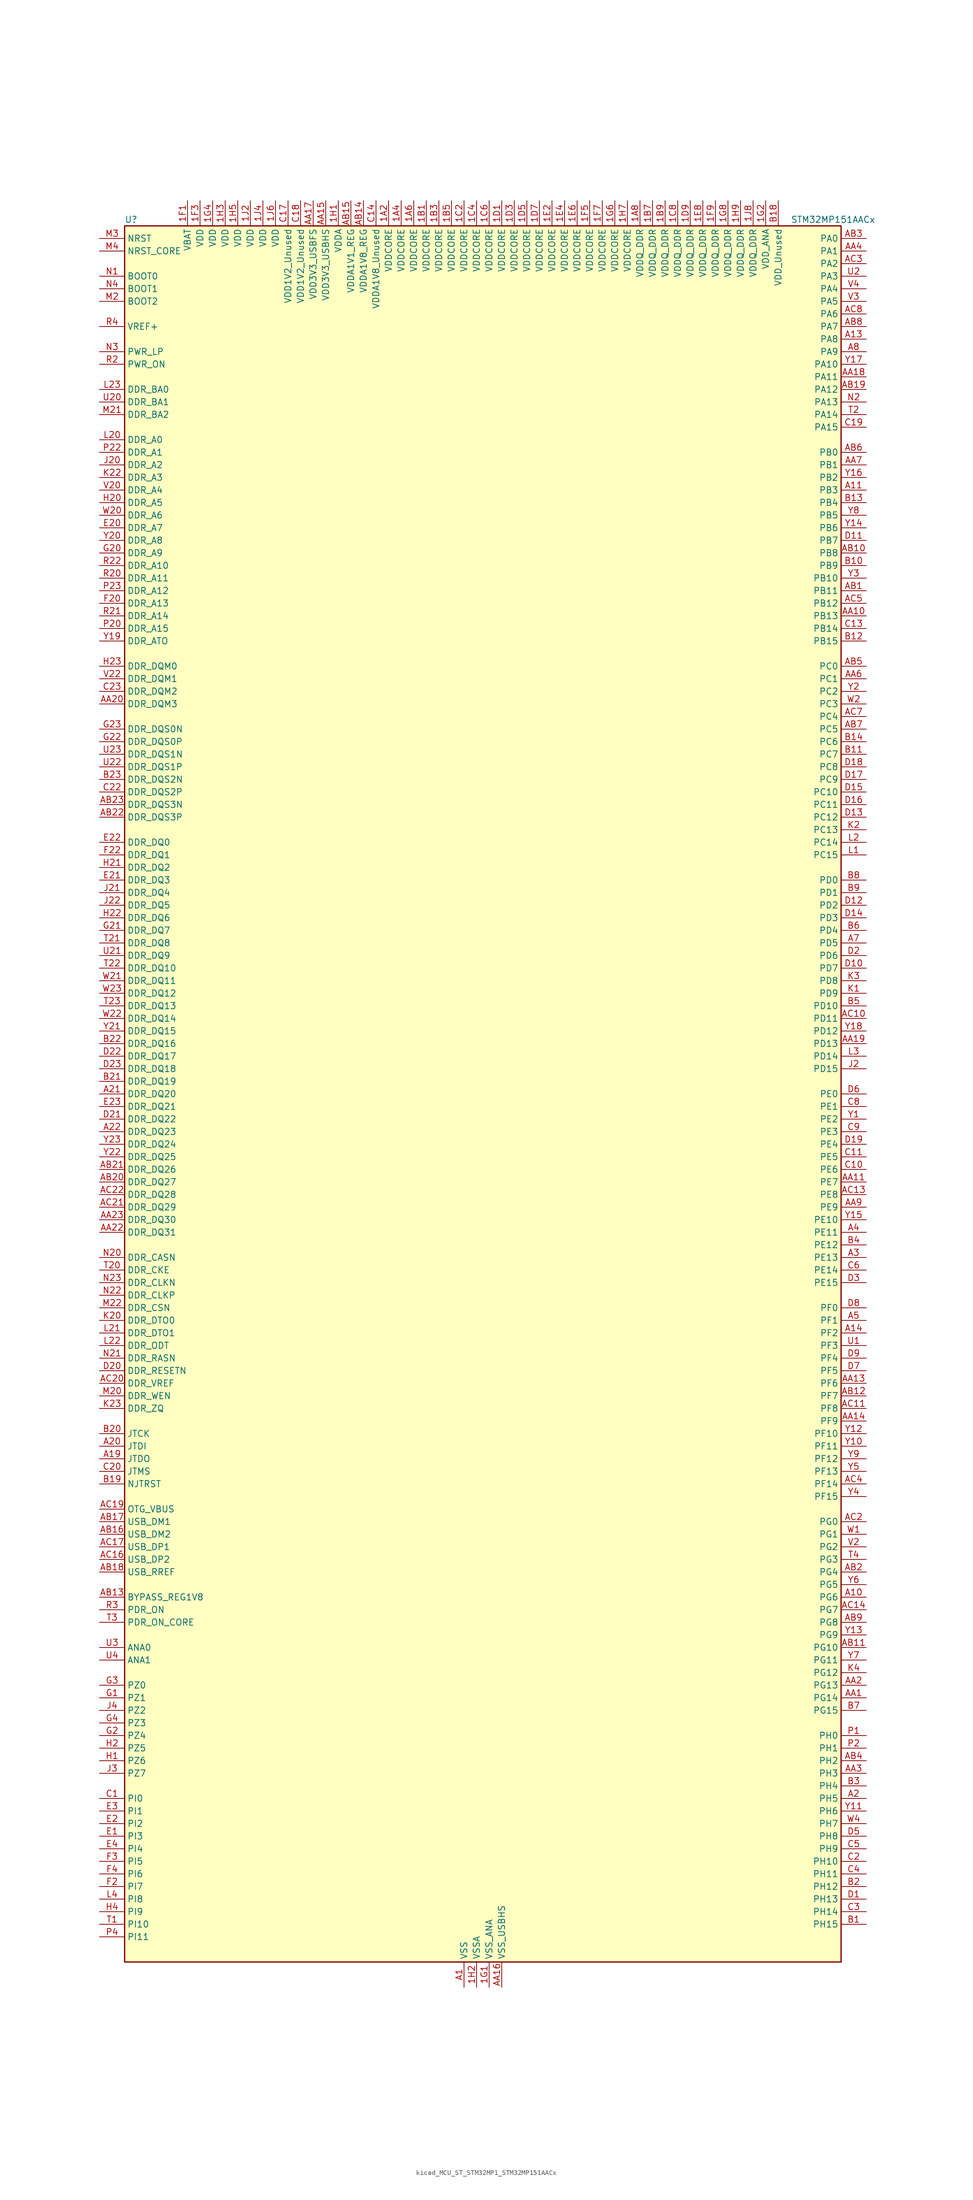
<source format=kicad_sym>
(kicad_symbol_lib
  (version 20220914)
  (generator kicad_symbol_editor)
  (symbol "kicad_MCU_ST_STM32MP1_STM32MP151AACx"
    (property "Reference" "U"
      (at -71.12 176.53 0)
      (effects (font (size 1.27 1.27)) (justify left)))
    (property "Value" "STM32MP151AACx"
      (at 63.5 176.53 0)
      (effects (font (size 1.27 1.27)) (justify left)))
    (property "ki_locked" ""
      (at 0 0 0)
      (effects (font (size 1.27 1.27))))
    (symbol "kicad_MCU_ST_STM32MP1_STM32MP151AACx_0_1"
      (rectangle (start -71.12 -175.26) (end 73.66 175.26) (stroke (width 0.254) (type default)) (fill (type background))))
    (symbol "kicad_MCU_ST_STM32MP1_STM32MP151AACx_1_1"
      (pin power_in line (at -17.78 180.34 270) (length 5.08) (name "VDDCORE" (effects (font (size 1.27 1.27)))) (number "1A2" (effects (font (size 1.27 1.27)))))
      (pin passive line (at -2.54 -180.34 90) (length 5.08) hide (name "VSS" (effects (font (size 1.27 1.27)))) (number "1A3" (effects (font (size 1.27 1.27)))))
      (pin power_in line (at -15.24 180.34 270) (length 5.08) (name "VDDCORE" (effects (font (size 1.27 1.27)))) (number "1A4" (effects (font (size 1.27 1.27)))))
      (pin passive line (at -2.54 -180.34 90) (length 5.08) hide (name "VSS" (effects (font (size 1.27 1.27)))) (number "1A5" (effects (font (size 1.27 1.27)))))
      (pin power_in line (at -12.7 180.34 270) (length 5.08) (name "VDDCORE" (effects (font (size 1.27 1.27)))) (number "1A6" (effects (font (size 1.27 1.27)))))
      (pin passive line (at -2.54 -180.34 90) (length 5.08) hide (name "VSS" (effects (font (size 1.27 1.27)))) (number "1A7" (effects (font (size 1.27 1.27)))))
      (pin power_in line (at 33.02 180.34 270) (length 5.08) (name "VDDQ_DDR" (effects (font (size 1.27 1.27)))) (number "1A8" (effects (font (size 1.27 1.27)))))
      (pin power_in line (at -10.16 180.34 270) (length 5.08) (name "VDDCORE" (effects (font (size 1.27 1.27)))) (number "1B1" (effects (font (size 1.27 1.27)))))
      (pin passive line (at -2.54 -180.34 90) (length 5.08) hide (name "VSS" (effects (font (size 1.27 1.27)))) (number "1B2" (effects (font (size 1.27 1.27)))))
      (pin power_in line (at -7.62 180.34 270) (length 5.08) (name "VDDCORE" (effects (font (size 1.27 1.27)))) (number "1B3" (effects (font (size 1.27 1.27)))))
      (pin passive line (at -2.54 -180.34 90) (length 5.08) hide (name "VSS" (effects (font (size 1.27 1.27)))) (number "1B4" (effects (font (size 1.27 1.27)))))
      (pin power_in line (at -5.08 180.34 270) (length 5.08) (name "VDDCORE" (effects (font (size 1.27 1.27)))) (number "1B5" (effects (font (size 1.27 1.27)))))
      (pin passive line (at -2.54 -180.34 90) (length 5.08) hide (name "VSS" (effects (font (size 1.27 1.27)))) (number "1B6" (effects (font (size 1.27 1.27)))))
      (pin power_in line (at 35.56 180.34 270) (length 5.08) (name "VDDQ_DDR" (effects (font (size 1.27 1.27)))) (number "1B7" (effects (font (size 1.27 1.27)))))
      (pin passive line (at -2.54 -180.34 90) (length 5.08) hide (name "VSS" (effects (font (size 1.27 1.27)))) (number "1B8" (effects (font (size 1.27 1.27)))))
      (pin power_in line (at 38.1 180.34 270) (length 5.08) (name "VDDQ_DDR" (effects (font (size 1.27 1.27)))) (number "1B9" (effects (font (size 1.27 1.27)))))
      (pin passive line (at -2.54 -180.34 90) (length 5.08) hide (name "VSS" (effects (font (size 1.27 1.27)))) (number "1C1" (effects (font (size 1.27 1.27)))))
      (pin power_in line (at -2.54 180.34 270) (length 5.08) (name "VDDCORE" (effects (font (size 1.27 1.27)))) (number "1C2" (effects (font (size 1.27 1.27)))))
      (pin passive line (at -2.54 -180.34 90) (length 5.08) hide (name "VSS" (effects (font (size 1.27 1.27)))) (number "1C3" (effects (font (size 1.27 1.27)))))
      (pin power_in line (at 0 180.34 270) (length 5.08) (name "VDDCORE" (effects (font (size 1.27 1.27)))) (number "1C4" (effects (font (size 1.27 1.27)))))
      (pin passive line (at -2.54 -180.34 90) (length 5.08) hide (name "VSS" (effects (font (size 1.27 1.27)))) (number "1C5" (effects (font (size 1.27 1.27)))))
      (pin power_in line (at 2.54 180.34 270) (length 5.08) (name "VDDCORE" (effects (font (size 1.27 1.27)))) (number "1C6" (effects (font (size 1.27 1.27)))))
      (pin passive line (at -2.54 -180.34 90) (length 5.08) hide (name "VSS" (effects (font (size 1.27 1.27)))) (number "1C7" (effects (font (size 1.27 1.27)))))
      (pin power_in line (at 40.64 180.34 270) (length 5.08) (name "VDDQ_DDR" (effects (font (size 1.27 1.27)))) (number "1C8" (effects (font (size 1.27 1.27)))))
      (pin passive line (at -2.54 -180.34 90) (length 5.08) hide (name "VSS" (effects (font (size 1.27 1.27)))) (number "1C9" (effects (font (size 1.27 1.27)))))
      (pin power_in line (at 5.08 180.34 270) (length 5.08) (name "VDDCORE" (effects (font (size 1.27 1.27)))) (number "1D1" (effects (font (size 1.27 1.27)))))
      (pin passive line (at -2.54 -180.34 90) (length 5.08) hide (name "VSS" (effects (font (size 1.27 1.27)))) (number "1D2" (effects (font (size 1.27 1.27)))))
      (pin power_in line (at 7.62 180.34 270) (length 5.08) (name "VDDCORE" (effects (font (size 1.27 1.27)))) (number "1D3" (effects (font (size 1.27 1.27)))))
      (pin passive line (at -2.54 -180.34 90) (length 5.08) hide (name "VSS" (effects (font (size 1.27 1.27)))) (number "1D4" (effects (font (size 1.27 1.27)))))
      (pin power_in line (at 10.16 180.34 270) (length 5.08) (name "VDDCORE" (effects (font (size 1.27 1.27)))) (number "1D5" (effects (font (size 1.27 1.27)))))
      (pin passive line (at -2.54 -180.34 90) (length 5.08) hide (name "VSS" (effects (font (size 1.27 1.27)))) (number "1D6" (effects (font (size 1.27 1.27)))))
      (pin power_in line (at 12.7 180.34 270) (length 5.08) (name "VDDCORE" (effects (font (size 1.27 1.27)))) (number "1D7" (effects (font (size 1.27 1.27)))))
      (pin passive line (at -2.54 -180.34 90) (length 5.08) hide (name "VSS" (effects (font (size 1.27 1.27)))) (number "1D8" (effects (font (size 1.27 1.27)))))
      (pin power_in line (at 43.18 180.34 270) (length 5.08) (name "VDDQ_DDR" (effects (font (size 1.27 1.27)))) (number "1D9" (effects (font (size 1.27 1.27)))))
      (pin passive line (at -2.54 -180.34 90) (length 5.08) hide (name "VSS" (effects (font (size 1.27 1.27)))) (number "1E1" (effects (font (size 1.27 1.27)))))
      (pin power_in line (at 15.24 180.34 270) (length 5.08) (name "VDDCORE" (effects (font (size 1.27 1.27)))) (number "1E2" (effects (font (size 1.27 1.27)))))
      (pin passive line (at -2.54 -180.34 90) (length 5.08) hide (name "VSS" (effects (font (size 1.27 1.27)))) (number "1E3" (effects (font (size 1.27 1.27)))))
      (pin power_in line (at 17.78 180.34 270) (length 5.08) (name "VDDCORE" (effects (font (size 1.27 1.27)))) (number "1E4" (effects (font (size 1.27 1.27)))))
      (pin passive line (at -2.54 -180.34 90) (length 5.08) hide (name "VSS" (effects (font (size 1.27 1.27)))) (number "1E5" (effects (font (size 1.27 1.27)))))
      (pin power_in line (at 20.32 180.34 270) (length 5.08) (name "VDDCORE" (effects (font (size 1.27 1.27)))) (number "1E6" (effects (font (size 1.27 1.27)))))
      (pin passive line (at -2.54 -180.34 90) (length 5.08) hide (name "VSS" (effects (font (size 1.27 1.27)))) (number "1E7" (effects (font (size 1.27 1.27)))))
      (pin power_in line (at 45.72 180.34 270) (length 5.08) (name "VDDQ_DDR" (effects (font (size 1.27 1.27)))) (number "1E8" (effects (font (size 1.27 1.27)))))
      (pin passive line (at -2.54 -180.34 90) (length 5.08) hide (name "VSS" (effects (font (size 1.27 1.27)))) (number "1E9" (effects (font (size 1.27 1.27)))))
      (pin power_in line (at -58.42 180.34 270) (length 5.08) (name "VBAT" (effects (font (size 1.27 1.27)))) (number "1F1" (effects (font (size 1.27 1.27)))))
      (pin passive line (at -2.54 -180.34 90) (length 5.08) hide (name "VSS" (effects (font (size 1.27 1.27)))) (number "1F2" (effects (font (size 1.27 1.27)))))
      (pin power_in line (at -55.88 180.34 270) (length 5.08) (name "VDD" (effects (font (size 1.27 1.27)))) (number "1F3" (effects (font (size 1.27 1.27)))))
      (pin passive line (at -2.54 -180.34 90) (length 5.08) hide (name "VSS" (effects (font (size 1.27 1.27)))) (number "1F4" (effects (font (size 1.27 1.27)))))
      (pin power_in line (at 22.86 180.34 270) (length 5.08) (name "VDDCORE" (effects (font (size 1.27 1.27)))) (number "1F5" (effects (font (size 1.27 1.27)))))
      (pin passive line (at -2.54 -180.34 90) (length 5.08) hide (name "VSS" (effects (font (size 1.27 1.27)))) (number "1F6" (effects (font (size 1.27 1.27)))))
      (pin power_in line (at 25.4 180.34 270) (length 5.08) (name "VDDCORE" (effects (font (size 1.27 1.27)))) (number "1F7" (effects (font (size 1.27 1.27)))))
      (pin passive line (at -2.54 -180.34 90) (length 5.08) hide (name "VSS" (effects (font (size 1.27 1.27)))) (number "1F8" (effects (font (size 1.27 1.27)))))
      (pin power_in line (at 48.26 180.34 270) (length 5.08) (name "VDDQ_DDR" (effects (font (size 1.27 1.27)))) (number "1F9" (effects (font (size 1.27 1.27)))))
      (pin power_in line (at 2.54 -180.34 90) (length 5.08) (name "VSS_ANA" (effects (font (size 1.27 1.27)))) (number "1G1" (effects (font (size 1.27 1.27)))))
      (pin power_in line (at 58.42 180.34 270) (length 5.08) (name "VDD_ANA" (effects (font (size 1.27 1.27)))) (number "1G2" (effects (font (size 1.27 1.27)))))
      (pin passive line (at -2.54 -180.34 90) (length 5.08) hide (name "VSS" (effects (font (size 1.27 1.27)))) (number "1G3" (effects (font (size 1.27 1.27)))))
      (pin power_in line (at -53.34 180.34 270) (length 5.08) (name "VDD" (effects (font (size 1.27 1.27)))) (number "1G4" (effects (font (size 1.27 1.27)))))
      (pin passive line (at -2.54 -180.34 90) (length 5.08) hide (name "VSS" (effects (font (size 1.27 1.27)))) (number "1G5" (effects (font (size 1.27 1.27)))))
      (pin power_in line (at 27.94 180.34 270) (length 5.08) (name "VDDCORE" (effects (font (size 1.27 1.27)))) (number "1G6" (effects (font (size 1.27 1.27)))))
      (pin passive line (at -2.54 -180.34 90) (length 5.08) hide (name "VSS" (effects (font (size 1.27 1.27)))) (number "1G7" (effects (font (size 1.27 1.27)))))
      (pin power_in line (at 50.8 180.34 270) (length 5.08) (name "VDDQ_DDR" (effects (font (size 1.27 1.27)))) (number "1G8" (effects (font (size 1.27 1.27)))))
      (pin passive line (at -2.54 -180.34 90) (length 5.08) hide (name "VSS" (effects (font (size 1.27 1.27)))) (number "1G9" (effects (font (size 1.27 1.27)))))
      (pin power_in line (at -27.94 180.34 270) (length 5.08) (name "VDDA" (effects (font (size 1.27 1.27)))) (number "1H1" (effects (font (size 1.27 1.27)))))
      (pin power_in line (at 0 -180.34 90) (length 5.08) (name "VSSA" (effects (font (size 1.27 1.27)))) (number "1H2" (effects (font (size 1.27 1.27)))))
      (pin power_in line (at -50.8 180.34 270) (length 5.08) (name "VDD" (effects (font (size 1.27 1.27)))) (number "1H3" (effects (font (size 1.27 1.27)))))
      (pin passive line (at -2.54 -180.34 90) (length 5.08) hide (name "VSS" (effects (font (size 1.27 1.27)))) (number "1H4" (effects (font (size 1.27 1.27)))))
      (pin power_in line (at -48.26 180.34 270) (length 5.08) (name "VDD" (effects (font (size 1.27 1.27)))) (number "1H5" (effects (font (size 1.27 1.27)))))
      (pin passive line (at -2.54 -180.34 90) (length 5.08) hide (name "VSS" (effects (font (size 1.27 1.27)))) (number "1H6" (effects (font (size 1.27 1.27)))))
      (pin power_in line (at 30.48 180.34 270) (length 5.08) (name "VDDCORE" (effects (font (size 1.27 1.27)))) (number "1H7" (effects (font (size 1.27 1.27)))))
      (pin passive line (at -2.54 -180.34 90) (length 5.08) hide (name "VSS" (effects (font (size 1.27 1.27)))) (number "1H8" (effects (font (size 1.27 1.27)))))
      (pin power_in line (at 53.34 180.34 270) (length 5.08) (name "VDDQ_DDR" (effects (font (size 1.27 1.27)))) (number "1H9" (effects (font (size 1.27 1.27)))))
      (pin power_in line (at -45.72 180.34 270) (length 5.08) (name "VDD" (effects (font (size 1.27 1.27)))) (number "1J2" (effects (font (size 1.27 1.27)))))
      (pin passive line (at -2.54 -180.34 90) (length 5.08) hide (name "VSS" (effects (font (size 1.27 1.27)))) (number "1J3" (effects (font (size 1.27 1.27)))))
      (pin power_in line (at -43.18 180.34 270) (length 5.08) (name "VDD" (effects (font (size 1.27 1.27)))) (number "1J4" (effects (font (size 1.27 1.27)))))
      (pin passive line (at -2.54 -180.34 90) (length 5.08) hide (name "VSS" (effects (font (size 1.27 1.27)))) (number "1J5" (effects (font (size 1.27 1.27)))))
      (pin power_in line (at -40.64 180.34 270) (length 5.08) (name "VDD" (effects (font (size 1.27 1.27)))) (number "1J6" (effects (font (size 1.27 1.27)))))
      (pin passive line (at -2.54 -180.34 90) (length 5.08) hide (name "VSS" (effects (font (size 1.27 1.27)))) (number "1J7" (effects (font (size 1.27 1.27)))))
      (pin power_in line (at 55.88 180.34 270) (length 5.08) (name "VDDQ_DDR" (effects (font (size 1.27 1.27)))) (number "1J8" (effects (font (size 1.27 1.27)))))
      (pin power_in line (at -2.54 -180.34 90) (length 5.08) (name "VSS" (effects (font (size 1.27 1.27)))) (number "A1" (effects (font (size 1.27 1.27)))))
      (pin bidirectional line (at 78.74 -101.6 180) (length 5.08) (name "PG6" (effects (font (size 1.27 1.27)))) (number "A10" (effects (font (size 1.27 1.27)))) (alternate "DCMI_D12" bidirectional line) (alternate "DEBUG_TRACED14" bidirectional line) (alternate "LTDC_R7" bidirectional line) (alternate "SDMMC2_CMD" bidirectional line) (alternate "TIM17_BKIN" bidirectional line))
      (pin bidirectional line (at 78.74 121.92 180) (length 5.08) (name "PB3" (effects (font (size 1.27 1.27)))) (number "A11" (effects (font (size 1.27 1.27)))) (alternate "DEBUG_TRACED9" bidirectional line) (alternate "I2S1_CK" bidirectional line) (alternate "I2S3_CK" bidirectional line) (alternate "SAI4_CK1" bidirectional line) (alternate "SAI4_MCLK_A" bidirectional line) (alternate "SDMMC2_D2" bidirectional line) (alternate "SPI1_SCK" bidirectional line) (alternate "SPI3_SCK" bidirectional line) (alternate "SPI6_SCK" bidirectional line) (alternate "TIM2_CH2" bidirectional line) (alternate "UART7_RX" bidirectional line))
      (pin bidirectional line (at 78.74 152.4 180) (length 5.08) (name "PA8" (effects (font (size 1.27 1.27)))) (number "A13" (effects (font (size 1.27 1.27)))) (alternate "I2C3_SCL" bidirectional line) (alternate "I2S3_SDO" bidirectional line) (alternate "LTDC_R6" bidirectional line) (alternate "RCC_MCO_1" bidirectional line) (alternate "SAI4_SD_B" bidirectional line) (alternate "SDMMC2_CKIN" bidirectional line) (alternate "SDMMC2_D4" bidirectional line) (alternate "SPI3_MOSI" bidirectional line) (alternate "TIM1_CH1" bidirectional line) (alternate "TIM8_BKIN2" bidirectional line) (alternate "UART7_RX" bidirectional line) (alternate "USART1_CK" bidirectional line) (alternate "USB_OTG_HS_SOF" bidirectional line))
      (pin bidirectional line (at 78.74 -48.26 180) (length 5.08) (name "PF2" (effects (font (size 1.27 1.27)))) (number "A14" (effects (font (size 1.27 1.27)))) (alternate "FMC_A2" bidirectional line) (alternate "I2C2_SMBA" bidirectional line) (alternate "SDMMC1_D0DIR" bidirectional line) (alternate "SDMMC2_D0DIR" bidirectional line) (alternate "SDMMC3_D0DIR" bidirectional line))
      (pin no_connect line (at -71.12 -175.26 0) (length 5.08) hide (name "DNU" (effects (font (size 1.27 1.27)))) (number "A16" (effects (font (size 1.27 1.27)))))
      (pin no_connect line (at -71.12 -172.72 0) (length 5.08) hide (name "DNU" (effects (font (size 1.27 1.27)))) (number "A17" (effects (font (size 1.27 1.27)))))
      (pin bidirectional line (at -76.2 -73.66 0) (length 5.08) (name "JTDO" (effects (font (size 1.27 1.27)))) (number "A19" (effects (font (size 1.27 1.27)))) (alternate "DEBUG_JTDO-SWO" bidirectional line))
      (pin bidirectional line (at 78.74 -142.24 180) (length 5.08) (name "PH5" (effects (font (size 1.27 1.27)))) (number "A2" (effects (font (size 1.27 1.27)))) (alternate "I2C2_SDA" bidirectional line) (alternate "SAI4_SD_B" bidirectional line) (alternate "SPI5_NSS" bidirectional line))
      (pin bidirectional line (at -76.2 -71.12 0) (length 5.08) (name "JTDI" (effects (font (size 1.27 1.27)))) (number "A20" (effects (font (size 1.27 1.27)))) (alternate "DEBUG_JTDI" bidirectional line))
      (pin bidirectional line (at -76.2 0 0) (length 5.08) (name "DDR_DQ20" (effects (font (size 1.27 1.27)))) (number "A21" (effects (font (size 1.27 1.27)))) (alternate "DDR_DQ20" bidirectional line))
      (pin bidirectional line (at -76.2 -7.62 0) (length 5.08) (name "DDR_DQ23" (effects (font (size 1.27 1.27)))) (number "A22" (effects (font (size 1.27 1.27)))) (alternate "DDR_DQ23" bidirectional line))
      (pin passive line (at -2.54 -180.34 90) (length 5.08) hide (name "VSS" (effects (font (size 1.27 1.27)))) (number "A23" (effects (font (size 1.27 1.27)))))
      (pin bidirectional line (at 78.74 -33.02 180) (length 5.08) (name "PE13" (effects (font (size 1.27 1.27)))) (number "A3" (effects (font (size 1.27 1.27)))) (alternate "DCMI_D6" bidirectional line) (alternate "DFSDM1_CKIN5" bidirectional line) (alternate "FMC_D10" bidirectional line) (alternate "FMC_DA10" bidirectional line) (alternate "HDP_HDP2" bidirectional line) (alternate "LTDC_DE" bidirectional line) (alternate "SAI2_FS_B" bidirectional line) (alternate "SPI4_MISO" bidirectional line) (alternate "TIM1_CH3" bidirectional line))
      (pin bidirectional line (at 78.74 -27.94 180) (length 5.08) (name "PE11" (effects (font (size 1.27 1.27)))) (number "A4" (effects (font (size 1.27 1.27)))) (alternate "ADC1_EXTI11" bidirectional line) (alternate "ADC2_EXTI11" bidirectional line) (alternate "DCMI_D4" bidirectional line) (alternate "DFSDM1_CKIN4" bidirectional line) (alternate "FMC_D8" bidirectional line) (alternate "FMC_DA8" bidirectional line) (alternate "LTDC_G3" bidirectional line) (alternate "SAI2_SD_B" bidirectional line) (alternate "SPI4_NSS" bidirectional line) (alternate "TIM1_CH2" bidirectional line) (alternate "USART6_CK" bidirectional line))
      (pin bidirectional line (at 78.74 -45.72 180) (length 5.08) (name "PF1" (effects (font (size 1.27 1.27)))) (number "A5" (effects (font (size 1.27 1.27)))) (alternate "FMC_A1" bidirectional line) (alternate "I2C2_SCL" bidirectional line) (alternate "SDMMC3_CDIR" bidirectional line) (alternate "SDMMC3_CMD" bidirectional line))
      (pin bidirectional line (at 78.74 30.48 180) (length 5.08) (name "PD5" (effects (font (size 1.27 1.27)))) (number "A7" (effects (font (size 1.27 1.27)))) (alternate "FMC_NWE" bidirectional line) (alternate "SDMMC3_D2" bidirectional line) (alternate "USART2_TX" bidirectional line))
      (pin bidirectional line (at 78.74 149.86 180) (length 5.08) (name "PA9" (effects (font (size 1.27 1.27)))) (number "A8" (effects (font (size 1.27 1.27)))) (alternate "DAC1_EXTI9" bidirectional line) (alternate "DCMI_D0" bidirectional line) (alternate "I2C3_SMBA" bidirectional line) (alternate "I2S2_CK" bidirectional line) (alternate "LTDC_R5" bidirectional line) (alternate "SDMMC2_CDIR" bidirectional line) (alternate "SDMMC2_D5" bidirectional line) (alternate "SPI2_SCK" bidirectional line) (alternate "TIM1_CH2" bidirectional line) (alternate "USART1_TX" bidirectional line))
      (pin bidirectional line (at 78.74 -121.92 180) (length 5.08) (name "PG14" (effects (font (size 1.27 1.27)))) (number "AA1" (effects (font (size 1.27 1.27)))) (alternate "DEBUG_TRACED1" bidirectional line) (alternate "ETH1_TXD1" bidirectional line) (alternate "FMC_A25" bidirectional line) (alternate "LPTIM1_ETR" bidirectional line) (alternate "LTDC_B0" bidirectional line) (alternate "QUADSPI_BK2_IO3" bidirectional line) (alternate "SAI4_D1" bidirectional line) (alternate "SAI4_SD_A" bidirectional line) (alternate "SPI6_MOSI" bidirectional line) (alternate "USART6_TX" bidirectional line))
      (pin bidirectional line (at 78.74 96.52 180) (length 5.08) (name "PB13" (effects (font (size 1.27 1.27)))) (number "AA10" (effects (font (size 1.27 1.27)))) (alternate "DFSDM1_CKIN1" bidirectional line) (alternate "DFSDM1_CKOUT" bidirectional line) (alternate "ETH1_TXD1" bidirectional line) (alternate "I2S2_CK" bidirectional line) (alternate "LPTIM2_OUT" bidirectional line) (alternate "SPI2_SCK" bidirectional line) (alternate "TIM1_CH1N" bidirectional line) (alternate "UART5_TX" bidirectional line) (alternate "USART3_CTS" bidirectional line) (alternate "USART3_NSS" bidirectional line))
      (pin bidirectional line (at 78.74 -17.78 180) (length 5.08) (name "PE7" (effects (font (size 1.27 1.27)))) (number "AA11" (effects (font (size 1.27 1.27)))) (alternate "DFSDM1_DATIN2" bidirectional line) (alternate "FMC_D4" bidirectional line) (alternate "FMC_DA4" bidirectional line) (alternate "QUADSPI_BK2_IO0" bidirectional line) (alternate "TIM1_ETR" bidirectional line) (alternate "TIM3_ETR" bidirectional line) (alternate "UART7_RX" bidirectional line))
      (pin passive line (at -2.54 -180.34 90) (length 5.08) hide (name "VSS" (effects (font (size 1.27 1.27)))) (number "AA12" (effects (font (size 1.27 1.27)))))
      (pin bidirectional line (at 78.74 -58.42 180) (length 5.08) (name "PF6" (effects (font (size 1.27 1.27)))) (number "AA13" (effects (font (size 1.27 1.27)))) (alternate "QUADSPI_BK1_IO3" bidirectional line) (alternate "SAI1_SD_B" bidirectional line) (alternate "SAI4_SCK_B" bidirectional line) (alternate "SPI5_NSS" bidirectional line) (alternate "TIM16_CH1" bidirectional line) (alternate "UART7_RX" bidirectional line))
      (pin bidirectional line (at 78.74 -66.04 180) (length 5.08) (name "PF9" (effects (font (size 1.27 1.27)))) (number "AA14" (effects (font (size 1.27 1.27)))) (alternate "DAC1_EXTI9" bidirectional line) (alternate "DEBUG_TRACED13" bidirectional line) (alternate "QUADSPI_BK1_IO1" bidirectional line) (alternate "SAI1_FS_B" bidirectional line) (alternate "SPI5_MOSI" bidirectional line) (alternate "TIM14_CH1" bidirectional line) (alternate "TIM17_CH1N" bidirectional line) (alternate "UART7_CTS" bidirectional line))
      (pin power_in line (at -30.48 180.34 270) (length 5.08) (name "VDD3V3_USBHS" (effects (font (size 1.27 1.27)))) (number "AA15" (effects (font (size 1.27 1.27)))))
      (pin power_in line (at 5.08 -180.34 90) (length 5.08) (name "VSS_USBHS" (effects (font (size 1.27 1.27)))) (number "AA16" (effects (font (size 1.27 1.27)))))
      (pin power_in line (at -33.02 180.34 270) (length 5.08) (name "VDD3V3_USBFS" (effects (font (size 1.27 1.27)))) (number "AA17" (effects (font (size 1.27 1.27)))))
      (pin bidirectional line (at 78.74 144.78 180) (length 5.08) (name "PA11" (effects (font (size 1.27 1.27)))) (number "AA18" (effects (font (size 1.27 1.27)))) (alternate "ADC1_EXTI11" bidirectional line) (alternate "ADC2_EXTI11" bidirectional line) (alternate "I2C5_SCL" bidirectional line) (alternate "I2C6_SCL" bidirectional line) (alternate "I2S2_WS" bidirectional line) (alternate "LTDC_R4" bidirectional line) (alternate "SPI2_NSS" bidirectional line) (alternate "TIM1_CH4" bidirectional line) (alternate "UART4_RX" bidirectional line) (alternate "USART1_CTS" bidirectional line) (alternate "USART1_NSS" bidirectional line))
      (pin bidirectional line (at 78.74 10.16 180) (length 5.08) (name "PD13" (effects (font (size 1.27 1.27)))) (number "AA19" (effects (font (size 1.27 1.27)))) (alternate "FMC_A18" bidirectional line) (alternate "I2C1_SDA" bidirectional line) (alternate "I2C4_SDA" bidirectional line) (alternate "I2S3_MCK" bidirectional line) (alternate "LPTIM1_OUT" bidirectional line) (alternate "QUADSPI_BK1_IO3" bidirectional line) (alternate "SAI2_SCK_A" bidirectional line) (alternate "TIM4_CH2" bidirectional line))
      (pin bidirectional line (at 78.74 -119.38 180) (length 5.08) (name "PG13" (effects (font (size 1.27 1.27)))) (number "AA2" (effects (font (size 1.27 1.27)))) (alternate "DEBUG_TRACED0" bidirectional line) (alternate "ETH1_TXD0" bidirectional line) (alternate "FMC_A24" bidirectional line) (alternate "LPTIM1_OUT" bidirectional line) (alternate "LTDC_R0" bidirectional line) (alternate "SAI1_CK2" bidirectional line) (alternate "SAI1_SCK_A" bidirectional line) (alternate "SAI4_CK1" bidirectional line) (alternate "SAI4_MCLK_A" bidirectional line) (alternate "SPI6_SCK" bidirectional line) (alternate "USART6_CTS" bidirectional line) (alternate "USART6_NSS" bidirectional line))
      (pin bidirectional line (at -76.2 78.74 0) (length 5.08) (name "DDR_DQM3" (effects (font (size 1.27 1.27)))) (number "AA20" (effects (font (size 1.27 1.27)))) (alternate "DDR_DQM3" bidirectional line))
      (pin passive line (at -2.54 -180.34 90) (length 5.08) hide (name "VSS" (effects (font (size 1.27 1.27)))) (number "AA21" (effects (font (size 1.27 1.27)))))
      (pin bidirectional line (at -76.2 -27.94 0) (length 5.08) (name "DDR_DQ31" (effects (font (size 1.27 1.27)))) (number "AA22" (effects (font (size 1.27 1.27)))) (alternate "DDR_DQ31" bidirectional line))
      (pin bidirectional line (at -76.2 -25.4 0) (length 5.08) (name "DDR_DQ30" (effects (font (size 1.27 1.27)))) (number "AA23" (effects (font (size 1.27 1.27)))) (alternate "DDR_DQ30" bidirectional line))
      (pin bidirectional line (at 78.74 -137.16 180) (length 5.08) (name "PH3" (effects (font (size 1.27 1.27)))) (number "AA3" (effects (font (size 1.27 1.27)))) (alternate "DFSDM1_CKIN4" bidirectional line) (alternate "ETH1_COL" bidirectional line) (alternate "LTDC_R1" bidirectional line) (alternate "QUADSPI_BK2_IO1" bidirectional line) (alternate "SAI2_MCLK_B" bidirectional line))
      (pin bidirectional line (at 78.74 170.18 180) (length 5.08) (name "PA1" (effects (font (size 1.27 1.27)))) (number "AA4" (effects (font (size 1.27 1.27)))) (alternate "ADC1_INN16" bidirectional line) (alternate "ADC1_INP17" bidirectional line) (alternate "ETH1_CLK" bidirectional line) (alternate "ETH1_REF_CLK" bidirectional line) (alternate "ETH1_RX_CLK" bidirectional line) (alternate "LPTIM3_OUT" bidirectional line) (alternate "LTDC_R2" bidirectional line) (alternate "QUADSPI_BK1_IO3" bidirectional line) (alternate "SAI2_MCLK_B" bidirectional line) (alternate "TIM15_CH1N" bidirectional line) (alternate "TIM2_CH2" bidirectional line) (alternate "TIM5_CH2" bidirectional line) (alternate "UART4_RX" bidirectional line) (alternate "USART2_DE" bidirectional line) (alternate "USART2_RTS" bidirectional line))
      (pin passive line (at -2.54 -180.34 90) (length 5.08) hide (name "VSS" (effects (font (size 1.27 1.27)))) (number "AA5" (effects (font (size 1.27 1.27)))))
      (pin bidirectional line (at 78.74 83.82 180) (length 5.08) (name "PC1" (effects (font (size 1.27 1.27)))) (number "AA6" (effects (font (size 1.27 1.27)))) (alternate "ADC1_INN10" bidirectional line) (alternate "ADC1_INP11" bidirectional line) (alternate "ADC2_INN10" bidirectional line) (alternate "ADC2_INP11" bidirectional line) (alternate "DEBUG_TRACED0" bidirectional line) (alternate "DFSDM1_CKIN4" bidirectional line) (alternate "DFSDM1_DATIN0" bidirectional line) (alternate "ETH1_MDC" bidirectional line) (alternate "I2S2_SDO" bidirectional line) (alternate "PWR_WKUP6" bidirectional line) (alternate "SAI1_D1" bidirectional line) (alternate "SAI1_SD_A" bidirectional line) (alternate "SDMMC2_CK" bidirectional line) (alternate "SPI2_MOSI" bidirectional line) (alternate "TAMP_IN3" bidirectional line))
      (pin bidirectional line (at 78.74 127 180) (length 5.08) (name "PB1" (effects (font (size 1.27 1.27)))) (number "AA7" (effects (font (size 1.27 1.27)))) (alternate "ADC1_INP5" bidirectional line) (alternate "ADC2_INP5" bidirectional line) (alternate "DFSDM1_DATIN1" bidirectional line) (alternate "ETH1_RXD3" bidirectional line) (alternate "LTDC_G0" bidirectional line) (alternate "LTDC_R6" bidirectional line) (alternate "TIM1_CH3N" bidirectional line) (alternate "TIM3_CH4" bidirectional line) (alternate "TIM8_CH3N" bidirectional line))
      (pin passive line (at -2.54 -180.34 90) (length 5.08) hide (name "VSS" (effects (font (size 1.27 1.27)))) (number "AA8" (effects (font (size 1.27 1.27)))))
      (pin bidirectional line (at 78.74 -22.86 180) (length 5.08) (name "PE9" (effects (font (size 1.27 1.27)))) (number "AA9" (effects (font (size 1.27 1.27)))) (alternate "DAC1_EXTI9" bidirectional line) (alternate "DFSDM1_CKOUT" bidirectional line) (alternate "FMC_D6" bidirectional line) (alternate "FMC_DA6" bidirectional line) (alternate "QUADSPI_BK2_IO2" bidirectional line) (alternate "TIM1_CH1" bidirectional line) (alternate "UART7_DE" bidirectional line) (alternate "UART7_RTS" bidirectional line))
      (pin bidirectional line (at 78.74 101.6 180) (length 5.08) (name "PB11" (effects (font (size 1.27 1.27)))) (number "AB1" (effects (font (size 1.27 1.27)))) (alternate "ADC1_EXTI11" bidirectional line) (alternate "ADC2_EXTI11" bidirectional line) (alternate "DFSDM1_CKIN7" bidirectional line) (alternate "ETH1_TX_CTL" bidirectional line) (alternate "ETH1_TX_EN" bidirectional line) (alternate "I2C2_SDA" bidirectional line) (alternate "LPTIM2_ETR" bidirectional line) (alternate "LTDC_G5" bidirectional line) (alternate "TIM2_CH4" bidirectional line) (alternate "USART3_RX" bidirectional line))
      (pin bidirectional line (at 78.74 109.22 180) (length 5.08) (name "PB8" (effects (font (size 1.27 1.27)))) (number "AB10" (effects (font (size 1.27 1.27)))) (alternate "DCMI_D6" bidirectional line) (alternate "DFSDM1_CKIN7" bidirectional line) (alternate "ETH1_TXD3" bidirectional line) (alternate "HDP_HDP6" bidirectional line) (alternate "I2C1_SCL" bidirectional line) (alternate "I2C4_SCL" bidirectional line) (alternate "LTDC_B6" bidirectional line) (alternate "SDMMC1_CKIN" bidirectional line) (alternate "SDMMC1_D4" bidirectional line) (alternate "SDMMC2_CKIN" bidirectional line) (alternate "SDMMC2_D4" bidirectional line) (alternate "TIM16_CH1" bidirectional line) (alternate "TIM4_CH3" bidirectional line) (alternate "UART4_RX" bidirectional line))
      (pin bidirectional line (at 78.74 -111.76 180) (length 5.08) (name "PG10" (effects (font (size 1.27 1.27)))) (number "AB11" (effects (font (size 1.27 1.27)))) (alternate "DCMI_D2" bidirectional line) (alternate "DEBUG_TRACED10" bidirectional line) (alternate "FMC_NE3" bidirectional line) (alternate "LTDC_B2" bidirectional line) (alternate "LTDC_G3" bidirectional line) (alternate "QUADSPI_BK2_IO2" bidirectional line) (alternate "SAI2_SD_B" bidirectional line) (alternate "UART8_CTS" bidirectional line))
      (pin bidirectional line (at 78.74 -60.96 180) (length 5.08) (name "PF7" (effects (font (size 1.27 1.27)))) (number "AB12" (effects (font (size 1.27 1.27)))) (alternate "QUADSPI_BK1_IO2" bidirectional line) (alternate "SAI1_MCLK_B" bidirectional line) (alternate "SPI5_SCK" bidirectional line) (alternate "TIM17_CH1" bidirectional line) (alternate "UART7_TX" bidirectional line))
      (pin bidirectional line (at -76.2 -101.6 0) (length 5.08) (name "BYPASS_REG1V8" (effects (font (size 1.27 1.27)))) (number "AB13" (effects (font (size 1.27 1.27)))))
      (pin power_in line (at -22.86 180.34 270) (length 5.08) (name "VDDA1V8_REG" (effects (font (size 1.27 1.27)))) (number "AB14" (effects (font (size 1.27 1.27)))))
      (pin power_in line (at -25.4 180.34 270) (length 5.08) (name "VDDA1V1_REG" (effects (font (size 1.27 1.27)))) (number "AB15" (effects (font (size 1.27 1.27)))))
      (pin bidirectional line (at -76.2 -88.9 0) (length 5.08) (name "USB_DM2" (effects (font (size 1.27 1.27)))) (number "AB16" (effects (font (size 1.27 1.27)))) (alternate "USBH_HS2_DM" bidirectional line) (alternate "USB_OTG_HS_DM" bidirectional line))
      (pin bidirectional line (at -76.2 -86.36 0) (length 5.08) (name "USB_DM1" (effects (font (size 1.27 1.27)))) (number "AB17" (effects (font (size 1.27 1.27)))) (alternate "USBH_HS1_DM" bidirectional line))
      (pin bidirectional line (at -76.2 -96.52 0) (length 5.08) (name "USB_RREF" (effects (font (size 1.27 1.27)))) (number "AB18" (effects (font (size 1.27 1.27)))))
      (pin bidirectional line (at 78.74 142.24 180) (length 5.08) (name "PA12" (effects (font (size 1.27 1.27)))) (number "AB19" (effects (font (size 1.27 1.27)))) (alternate "I2C5_SDA" bidirectional line) (alternate "I2C6_SDA" bidirectional line) (alternate "LTDC_R5" bidirectional line) (alternate "SAI2_FS_B" bidirectional line) (alternate "TIM1_ETR" bidirectional line) (alternate "UART4_TX" bidirectional line) (alternate "USART1_DE" bidirectional line) (alternate "USART1_RTS" bidirectional line))
      (pin bidirectional line (at 78.74 -96.52 180) (length 5.08) (name "PG4" (effects (font (size 1.27 1.27)))) (number "AB2" (effects (font (size 1.27 1.27)))) (alternate "ETH1_GTX_CLK" bidirectional line) (alternate "FMC_A14" bidirectional line) (alternate "TIM1_BKIN2" bidirectional line))
      (pin bidirectional line (at -76.2 -17.78 0) (length 5.08) (name "DDR_DQ27" (effects (font (size 1.27 1.27)))) (number "AB20" (effects (font (size 1.27 1.27)))) (alternate "DDR_DQ27" bidirectional line))
      (pin bidirectional line (at -76.2 -15.24 0) (length 5.08) (name "DDR_DQ26" (effects (font (size 1.27 1.27)))) (number "AB21" (effects (font (size 1.27 1.27)))) (alternate "DDR_DQ26" bidirectional line))
      (pin bidirectional line (at -76.2 55.88 0) (length 5.08) (name "DDR_DQS3P" (effects (font (size 1.27 1.27)))) (number "AB22" (effects (font (size 1.27 1.27)))) (alternate "DDR_DQS3P" bidirectional line))
      (pin bidirectional line (at -76.2 58.42 0) (length 5.08) (name "DDR_DQS3N" (effects (font (size 1.27 1.27)))) (number "AB23" (effects (font (size 1.27 1.27)))) (alternate "DDR_DQS3N" bidirectional line))
      (pin bidirectional line (at 78.74 172.72 180) (length 5.08) (name "PA0" (effects (font (size 1.27 1.27)))) (number "AB3" (effects (font (size 1.27 1.27)))) (alternate "ADC1_INP16" bidirectional line) (alternate "ETH1_CRS" bidirectional line) (alternate "PWR_WKUP1" bidirectional line) (alternate "SAI2_SD_B" bidirectional line) (alternate "SDMMC2_CMD" bidirectional line) (alternate "TIM15_BKIN" bidirectional line) (alternate "TIM2_CH1" bidirectional line) (alternate "TIM2_ETR" bidirectional line) (alternate "TIM5_CH1" bidirectional line) (alternate "TIM8_ETR" bidirectional line) (alternate "UART4_TX" bidirectional line) (alternate "USART2_CTS" bidirectional line) (alternate "USART2_NSS" bidirectional line))
      (pin bidirectional line (at 78.74 -134.62 180) (length 5.08) (name "PH2" (effects (font (size 1.27 1.27)))) (number "AB4" (effects (font (size 1.27 1.27)))) (alternate "ETH1_CRS" bidirectional line) (alternate "LPTIM1_IN2" bidirectional line) (alternate "LTDC_R0" bidirectional line) (alternate "QUADSPI_BK2_IO0" bidirectional line) (alternate "SAI2_SCK_B" bidirectional line))
      (pin bidirectional line (at 78.74 86.36 180) (length 5.08) (name "PC0" (effects (font (size 1.27 1.27)))) (number "AB5" (effects (font (size 1.27 1.27)))) (alternate "ADC1_INP10" bidirectional line) (alternate "ADC2_INP10" bidirectional line) (alternate "DFSDM1_CKIN0" bidirectional line) (alternate "DFSDM1_DATIN4" bidirectional line) (alternate "LPTIM2_IN2" bidirectional line) (alternate "LTDC_R5" bidirectional line) (alternate "QUADSPI_BK2_NCS" bidirectional line) (alternate "SAI2_FS_B" bidirectional line))
      (pin bidirectional line (at 78.74 129.54 180) (length 5.08) (name "PB0" (effects (font (size 1.27 1.27)))) (number "AB6" (effects (font (size 1.27 1.27)))) (alternate "ADC1_INN5" bidirectional line) (alternate "ADC1_INP9" bidirectional line) (alternate "ADC2_INN5" bidirectional line) (alternate "ADC2_INP9" bidirectional line) (alternate "DFSDM1_CKOUT" bidirectional line) (alternate "ETH1_RXD2" bidirectional line) (alternate "LTDC_G1" bidirectional line) (alternate "LTDC_R3" bidirectional line) (alternate "TIM1_CH2N" bidirectional line) (alternate "TIM3_CH3" bidirectional line) (alternate "TIM8_CH2N" bidirectional line) (alternate "UART4_CTS" bidirectional line))
      (pin bidirectional line (at 78.74 73.66 180) (length 5.08) (name "PC5" (effects (font (size 1.27 1.27)))) (number "AB7" (effects (font (size 1.27 1.27)))) (alternate "ADC1_INN4" bidirectional line) (alternate "ADC1_INP8" bidirectional line) (alternate "ADC2_INN4" bidirectional line) (alternate "ADC2_INP8" bidirectional line) (alternate "DFSDM1_DATIN2" bidirectional line) (alternate "ETH1_RXD1" bidirectional line) (alternate "SAI1_D3" bidirectional line) (alternate "SAI1_D4" bidirectional line) (alternate "SAI4_D3" bidirectional line) (alternate "SAI4_D4" bidirectional line) (alternate "SPDIFRX_IN3" bidirectional line))
      (pin bidirectional line (at 78.74 154.94 180) (length 5.08) (name "PA7" (effects (font (size 1.27 1.27)))) (number "AB8" (effects (font (size 1.27 1.27)))) (alternate "ADC1_INN3" bidirectional line) (alternate "ADC1_INP7" bidirectional line) (alternate "ADC2_INN3" bidirectional line) (alternate "ADC2_INP7" bidirectional line) (alternate "ETH1_CRS_DV" bidirectional line) (alternate "ETH1_RX_CTL" bidirectional line) (alternate "ETH1_RX_DV" bidirectional line) (alternate "I2S1_SDO" bidirectional line) (alternate "QUADSPI_CLK" bidirectional line) (alternate "SAI4_D1" bidirectional line) (alternate "SAI4_SD_A" bidirectional line) (alternate "SPI1_MOSI" bidirectional line) (alternate "SPI6_MOSI" bidirectional line) (alternate "TIM14_CH1" bidirectional line) (alternate "TIM1_CH1N" bidirectional line) (alternate "TIM3_CH2" bidirectional line) (alternate "TIM8_CH1N" bidirectional line))
      (pin bidirectional line (at 78.74 -106.68 180) (length 5.08) (name "PG8" (effects (font (size 1.27 1.27)))) (number "AB9" (effects (font (size 1.27 1.27)))) (alternate "DEBUG_TRACED15" bidirectional line) (alternate "ETH1_CLK" bidirectional line) (alternate "ETH1_PPS_OUT" bidirectional line) (alternate "LTDC_G7" bidirectional line) (alternate "SAI4_D2" bidirectional line) (alternate "SAI4_FS_A" bidirectional line) (alternate "SPDIFRX_IN2" bidirectional line) (alternate "SPI6_NSS" bidirectional line) (alternate "TIM2_CH1" bidirectional line) (alternate "TIM2_ETR" bidirectional line) (alternate "TIM8_ETR" bidirectional line) (alternate "USART3_DE" bidirectional line) (alternate "USART3_RTS" bidirectional line) (alternate "USART6_DE" bidirectional line) (alternate "USART6_RTS" bidirectional line))
      (pin passive line (at -2.54 -180.34 90) (length 5.08) hide (name "VSS" (effects (font (size 1.27 1.27)))) (number "AC1" (effects (font (size 1.27 1.27)))))
      (pin bidirectional line (at 78.74 15.24 180) (length 5.08) (name "PD11" (effects (font (size 1.27 1.27)))) (number "AC10" (effects (font (size 1.27 1.27)))) (alternate "ADC1_EXTI11" bidirectional line) (alternate "ADC2_EXTI11" bidirectional line) (alternate "FMC_A16" bidirectional line) (alternate "FMC_CLE" bidirectional line) (alternate "I2C1_SMBA" bidirectional line) (alternate "I2C4_SMBA" bidirectional line) (alternate "LPTIM2_IN2" bidirectional line) (alternate "QUADSPI_BK1_IO0" bidirectional line) (alternate "SAI2_SD_A" bidirectional line) (alternate "USART3_CTS" bidirectional line) (alternate "USART3_NSS" bidirectional line))
      (pin bidirectional line (at 78.74 -63.5 180) (length 5.08) (name "PF8" (effects (font (size 1.27 1.27)))) (number "AC11" (effects (font (size 1.27 1.27)))) (alternate "DEBUG_TRACED12" bidirectional line) (alternate "QUADSPI_BK1_IO0" bidirectional line) (alternate "SAI1_SCK_B" bidirectional line) (alternate "SPI5_MISO" bidirectional line) (alternate "TIM13_CH1" bidirectional line) (alternate "TIM16_CH1N" bidirectional line) (alternate "UART7_DE" bidirectional line) (alternate "UART7_RTS" bidirectional line))
      (pin bidirectional line (at 78.74 -20.32 180) (length 5.08) (name "PE8" (effects (font (size 1.27 1.27)))) (number "AC13" (effects (font (size 1.27 1.27)))) (alternate "DFSDM1_CKIN2" bidirectional line) (alternate "FMC_D5" bidirectional line) (alternate "FMC_DA5" bidirectional line) (alternate "QUADSPI_BK2_IO1" bidirectional line) (alternate "TIM1_CH1N" bidirectional line) (alternate "UART7_TX" bidirectional line))
      (pin bidirectional line (at 78.74 -104.14 180) (length 5.08) (name "PG7" (effects (font (size 1.27 1.27)))) (number "AC14" (effects (font (size 1.27 1.27)))) (alternate "DCMI_D13" bidirectional line) (alternate "DEBUG_TRACED5" bidirectional line) (alternate "LTDC_CLK" bidirectional line) (alternate "QUADSPI_BK2_IO3" bidirectional line) (alternate "QUADSPI_CLK" bidirectional line) (alternate "SAI1_MCLK_A" bidirectional line) (alternate "UART8_DE" bidirectional line) (alternate "UART8_RTS" bidirectional line) (alternate "USART6_CK" bidirectional line))
      (pin bidirectional line (at -76.2 -93.98 0) (length 5.08) (name "USB_DP2" (effects (font (size 1.27 1.27)))) (number "AC16" (effects (font (size 1.27 1.27)))) (alternate "USBH_HS2_DP" bidirectional line) (alternate "USB_OTG_HS_DP" bidirectional line))
      (pin bidirectional line (at -76.2 -91.44 0) (length 5.08) (name "USB_DP1" (effects (font (size 1.27 1.27)))) (number "AC17" (effects (font (size 1.27 1.27)))) (alternate "USBH_HS1_DP" bidirectional line))
      (pin bidirectional line (at -76.2 -83.82 0) (length 5.08) (name "OTG_VBUS" (effects (font (size 1.27 1.27)))) (number "AC19" (effects (font (size 1.27 1.27)))) (alternate "USB_OTG_HS_VBUS" bidirectional line))
      (pin bidirectional line (at 78.74 -86.36 180) (length 5.08) (name "PG0" (effects (font (size 1.27 1.27)))) (number "AC2" (effects (font (size 1.27 1.27)))) (alternate "DEBUG_TRACED0" bidirectional line) (alternate "DFSDM1_DATIN0" bidirectional line) (alternate "ETH1_TXD4" bidirectional line) (alternate "FMC_A10" bidirectional line))
      (pin bidirectional line (at -76.2 -58.42 0) (length 5.08) (name "DDR_VREF" (effects (font (size 1.27 1.27)))) (number "AC20" (effects (font (size 1.27 1.27)))) (alternate "DDR_VREF" bidirectional line))
      (pin bidirectional line (at -76.2 -22.86 0) (length 5.08) (name "DDR_DQ29" (effects (font (size 1.27 1.27)))) (number "AC21" (effects (font (size 1.27 1.27)))) (alternate "DDR_DQ29" bidirectional line))
      (pin bidirectional line (at -76.2 -20.32 0) (length 5.08) (name "DDR_DQ28" (effects (font (size 1.27 1.27)))) (number "AC22" (effects (font (size 1.27 1.27)))) (alternate "DDR_DQ28" bidirectional line))
      (pin passive line (at -2.54 -180.34 90) (length 5.08) hide (name "VSS" (effects (font (size 1.27 1.27)))) (number "AC23" (effects (font (size 1.27 1.27)))))
      (pin bidirectional line (at 78.74 167.64 180) (length 5.08) (name "PA2" (effects (font (size 1.27 1.27)))) (number "AC3" (effects (font (size 1.27 1.27)))) (alternate "ADC1_INP14" bidirectional line) (alternate "ETH1_MDIO" bidirectional line) (alternate "LPTIM4_OUT" bidirectional line) (alternate "LTDC_R1" bidirectional line) (alternate "PWR_WKUP2" bidirectional line) (alternate "SAI2_SCK_B" bidirectional line) (alternate "SDMMC2_D0DIR" bidirectional line) (alternate "TIM15_CH1" bidirectional line) (alternate "TIM2_CH3" bidirectional line) (alternate "TIM5_CH3" bidirectional line) (alternate "USART2_TX" bidirectional line))
      (pin bidirectional line (at 78.74 -78.74 180) (length 5.08) (name "PF14" (effects (font (size 1.27 1.27)))) (number "AC4" (effects (font (size 1.27 1.27)))) (alternate "ADC2_INN2" bidirectional line) (alternate "ADC2_INP6" bidirectional line) (alternate "DEBUG_TRACED6" bidirectional line) (alternate "DFSDM1_CKIN6" bidirectional line) (alternate "ETH1_RXD6" bidirectional line) (alternate "FMC_A8" bidirectional line) (alternate "I2C1_SCL" bidirectional line) (alternate "I2C4_SCL" bidirectional line))
      (pin bidirectional line (at 78.74 99.06 180) (length 5.08) (name "PB12" (effects (font (size 1.27 1.27)))) (number "AC5" (effects (font (size 1.27 1.27)))) (alternate "DFSDM1_DATIN1" bidirectional line) (alternate "ETH1_TXD0" bidirectional line) (alternate "I2C2_SMBA" bidirectional line) (alternate "I2C6_SMBA" bidirectional line) (alternate "I2S2_WS" bidirectional line) (alternate "SPI2_NSS" bidirectional line) (alternate "TIM1_BKIN" bidirectional line) (alternate "UART5_RX" bidirectional line) (alternate "USART3_CK" bidirectional line) (alternate "USART3_RX" bidirectional line))
      (pin bidirectional line (at 78.74 76.2 180) (length 5.08) (name "PC4" (effects (font (size 1.27 1.27)))) (number "AC7" (effects (font (size 1.27 1.27)))) (alternate "ADC1_INP4" bidirectional line) (alternate "ADC2_INP4" bidirectional line) (alternate "DFSDM1_CKIN2" bidirectional line) (alternate "ETH1_RXD0" bidirectional line) (alternate "I2S1_MCK" bidirectional line) (alternate "SPDIFRX_IN2" bidirectional line))
      (pin bidirectional line (at 78.74 157.48 180) (length 5.08) (name "PA6" (effects (font (size 1.27 1.27)))) (number "AC8" (effects (font (size 1.27 1.27)))) (alternate "ADC1_INP3" bidirectional line) (alternate "ADC2_INP3" bidirectional line) (alternate "DCMI_PIXCLK" bidirectional line) (alternate "I2S1_SDI" bidirectional line) (alternate "LTDC_G2" bidirectional line) (alternate "SAI4_CK2" bidirectional line) (alternate "SAI4_SCK_A" bidirectional line) (alternate "SPI1_MISO" bidirectional line) (alternate "SPI6_MISO" bidirectional line) (alternate "TIM13_CH1" bidirectional line) (alternate "TIM1_BKIN" bidirectional line) (alternate "TIM3_CH1" bidirectional line) (alternate "TIM8_BKIN" bidirectional line))
      (pin bidirectional line (at 78.74 -167.64 180) (length 5.08) (name "PH15" (effects (font (size 1.27 1.27)))) (number "B1" (effects (font (size 1.27 1.27)))) (alternate "ADC1_EXTI15" bidirectional line) (alternate "ADC2_EXTI15" bidirectional line) (alternate "DCMI_D11" bidirectional line) (alternate "LTDC_G4" bidirectional line) (alternate "TIM8_CH3N" bidirectional line))
      (pin bidirectional line (at 78.74 106.68 180) (length 5.08) (name "PB9" (effects (font (size 1.27 1.27)))) (number "B10" (effects (font (size 1.27 1.27)))) (alternate "DAC1_EXTI9" bidirectional line) (alternate "DCMI_D7" bidirectional line) (alternate "DFSDM1_DATIN7" bidirectional line) (alternate "HDP_HDP7" bidirectional line) (alternate "I2C1_SDA" bidirectional line) (alternate "I2C4_SDA" bidirectional line) (alternate "I2S2_WS" bidirectional line) (alternate "LTDC_B7" bidirectional line) (alternate "SDMMC1_CDIR" bidirectional line) (alternate "SDMMC1_D5" bidirectional line) (alternate "SDMMC2_CDIR" bidirectional line) (alternate "SDMMC2_D5" bidirectional line) (alternate "SPI2_NSS" bidirectional line) (alternate "TIM17_CH1" bidirectional line) (alternate "TIM4_CH4" bidirectional line) (alternate "UART4_TX" bidirectional line))
      (pin bidirectional line (at 78.74 68.58 180) (length 5.08) (name "PC7" (effects (font (size 1.27 1.27)))) (number "B11" (effects (font (size 1.27 1.27)))) (alternate "DCMI_D1" bidirectional line) (alternate "DFSDM1_DATIN3" bidirectional line) (alternate "HDP_HDP4" bidirectional line) (alternate "I2S3_MCK" bidirectional line) (alternate "LTDC_G6" bidirectional line) (alternate "SDMMC1_D123DIR" bidirectional line) (alternate "SDMMC1_D7" bidirectional line) (alternate "SDMMC2_D123DIR" bidirectional line) (alternate "SDMMC2_D7" bidirectional line) (alternate "TIM3_CH2" bidirectional line) (alternate "TIM8_CH2" bidirectional line) (alternate "USART6_RX" bidirectional line))
      (pin bidirectional line (at 78.74 91.44 180) (length 5.08) (name "PB15" (effects (font (size 1.27 1.27)))) (number "B12" (effects (font (size 1.27 1.27)))) (alternate "ADC1_EXTI15" bidirectional line) (alternate "ADC2_EXTI15" bidirectional line) (alternate "DFSDM1_CKIN2" bidirectional line) (alternate "I2S2_SDO" bidirectional line) (alternate "RTC_REFIN" bidirectional line) (alternate "SDMMC2_D1" bidirectional line) (alternate "SPI2_MOSI" bidirectional line) (alternate "TIM12_CH2" bidirectional line) (alternate "TIM1_CH3N" bidirectional line) (alternate "TIM8_CH3N" bidirectional line) (alternate "USART1_RX" bidirectional line))
      (pin bidirectional line (at 78.74 119.38 180) (length 5.08) (name "PB4" (effects (font (size 1.27 1.27)))) (number "B13" (effects (font (size 1.27 1.27)))) (alternate "DEBUG_TRACED8" bidirectional line) (alternate "I2S1_SDI" bidirectional line) (alternate "I2S2_WS" bidirectional line) (alternate "I2S3_SDI" bidirectional line) (alternate "SAI4_CK2" bidirectional line) (alternate "SAI4_SCK_A" bidirectional line) (alternate "SDMMC2_D3" bidirectional line) (alternate "SPI1_MISO" bidirectional line) (alternate "SPI2_NSS" bidirectional line) (alternate "SPI3_MISO" bidirectional line) (alternate "SPI6_MISO" bidirectional line) (alternate "TIM16_BKIN" bidirectional line) (alternate "TIM3_CH1" bidirectional line) (alternate "UART7_TX" bidirectional line))
      (pin bidirectional line (at 78.74 71.12 180) (length 5.08) (name "PC6" (effects (font (size 1.27 1.27)))) (number "B14" (effects (font (size 1.27 1.27)))) (alternate "DCMI_D0" bidirectional line) (alternate "DFSDM1_CKIN3" bidirectional line) (alternate "HDP_HDP1" bidirectional line) (alternate "I2S2_MCK" bidirectional line) (alternate "LTDC_HSYNC" bidirectional line) (alternate "SDMMC1_D0DIR" bidirectional line) (alternate "SDMMC1_D6" bidirectional line) (alternate "SDMMC2_D0DIR" bidirectional line) (alternate "SDMMC2_D6" bidirectional line) (alternate "TIM3_CH1" bidirectional line) (alternate "TIM8_CH1" bidirectional line) (alternate "USART6_TX" bidirectional line))
      (pin no_connect line (at -71.12 -170.18 0) (length 5.08) hide (name "DNU" (effects (font (size 1.27 1.27)))) (number "B15" (effects (font (size 1.27 1.27)))))
      (pin no_connect line (at -71.12 -167.64 0) (length 5.08) hide (name "DNU" (effects (font (size 1.27 1.27)))) (number "B16" (effects (font (size 1.27 1.27)))))
      (pin no_connect line (at -71.12 -165.1 0) (length 5.08) hide (name "DNU" (effects (font (size 1.27 1.27)))) (number "B17" (effects (font (size 1.27 1.27)))))
      (pin power_in line (at 60.96 180.34 270) (length 5.08) (name "VDD_Unused" (effects (font (size 1.27 1.27)))) (number "B18" (effects (font (size 1.27 1.27)))))
      (pin bidirectional line (at -76.2 -78.74 0) (length 5.08) (name "NJTRST" (effects (font (size 1.27 1.27)))) (number "B19" (effects (font (size 1.27 1.27)))) (alternate "DEBUG_JTRST" bidirectional line))
      (pin bidirectional line (at 78.74 -160.02 180) (length 5.08) (name "PH12" (effects (font (size 1.27 1.27)))) (number "B2" (effects (font (size 1.27 1.27)))) (alternate "DCMI_D3" bidirectional line) (alternate "HDP_HDP2" bidirectional line) (alternate "I2C1_SDA" bidirectional line) (alternate "I2C4_SDA" bidirectional line) (alternate "LTDC_R6" bidirectional line) (alternate "TIM5_CH3" bidirectional line))
      (pin bidirectional line (at -76.2 -68.58 0) (length 5.08) (name "JTCK" (effects (font (size 1.27 1.27)))) (number "B20" (effects (font (size 1.27 1.27)))) (alternate "DEBUG_JTCK-SWCLK" bidirectional line))
      (pin bidirectional line (at -76.2 2.54 0) (length 5.08) (name "DDR_DQ19" (effects (font (size 1.27 1.27)))) (number "B21" (effects (font (size 1.27 1.27)))) (alternate "DDR_DQ19" bidirectional line))
      (pin bidirectional line (at -76.2 10.16 0) (length 5.08) (name "DDR_DQ16" (effects (font (size 1.27 1.27)))) (number "B22" (effects (font (size 1.27 1.27)))) (alternate "DDR_DQ16" bidirectional line))
      (pin bidirectional line (at -76.2 63.5 0) (length 5.08) (name "DDR_DQS2N" (effects (font (size 1.27 1.27)))) (number "B23" (effects (font (size 1.27 1.27)))) (alternate "DDR_DQS2N" bidirectional line))
      (pin bidirectional line (at 78.74 -139.7 180) (length 5.08) (name "PH4" (effects (font (size 1.27 1.27)))) (number "B3" (effects (font (size 1.27 1.27)))) (alternate "I2C2_SCL" bidirectional line) (alternate "LTDC_G4" bidirectional line) (alternate "LTDC_G5" bidirectional line))
      (pin bidirectional line (at 78.74 -30.48 180) (length 5.08) (name "PE12" (effects (font (size 1.27 1.27)))) (number "B4" (effects (font (size 1.27 1.27)))) (alternate "DFSDM1_DATIN5" bidirectional line) (alternate "FMC_D9" bidirectional line) (alternate "FMC_DA9" bidirectional line) (alternate "LTDC_B4" bidirectional line) (alternate "SAI2_SCK_B" bidirectional line) (alternate "SDMMC1_D0DIR" bidirectional line) (alternate "SPI4_SCK" bidirectional line) (alternate "TIM1_CH3N" bidirectional line))
      (pin bidirectional line (at 78.74 17.78 180) (length 5.08) (name "PD10" (effects (font (size 1.27 1.27)))) (number "B5" (effects (font (size 1.27 1.27)))) (alternate "DFSDM1_CKOUT" bidirectional line) (alternate "FMC_D15" bidirectional line) (alternate "FMC_DA15" bidirectional line) (alternate "I2C5_SMBA" bidirectional line) (alternate "I2S3_SDI" bidirectional line) (alternate "LTDC_B3" bidirectional line) (alternate "RTC_REFIN" bidirectional line) (alternate "SAI3_FS_B" bidirectional line) (alternate "SPI3_MISO" bidirectional line) (alternate "TIM16_BKIN" bidirectional line) (alternate "USART3_CK" bidirectional line))
      (pin bidirectional line (at 78.74 33.02 180) (length 5.08) (name "PD4" (effects (font (size 1.27 1.27)))) (number "B6" (effects (font (size 1.27 1.27)))) (alternate "DFSDM1_CKIN0" bidirectional line) (alternate "FMC_NOE" bidirectional line) (alternate "SAI3_FS_A" bidirectional line) (alternate "SDMMC3_D1" bidirectional line) (alternate "USART2_DE" bidirectional line) (alternate "USART2_RTS" bidirectional line))
      (pin bidirectional line (at 78.74 -124.46 180) (length 5.08) (name "PG15" (effects (font (size 1.27 1.27)))) (number "B7" (effects (font (size 1.27 1.27)))) (alternate "ADC1_EXTI15" bidirectional line) (alternate "ADC2_EXTI15" bidirectional line) (alternate "DCMI_D13" bidirectional line) (alternate "DEBUG_TRACED7" bidirectional line) (alternate "I2C2_SDA" bidirectional line) (alternate "SAI1_D2" bidirectional line) (alternate "SAI1_FS_A" bidirectional line) (alternate "SDMMC3_CK" bidirectional line) (alternate "USART6_CTS" bidirectional line) (alternate "USART6_NSS" bidirectional line))
      (pin bidirectional line (at 78.74 43.18 180) (length 5.08) (name "PD0" (effects (font (size 1.27 1.27)))) (number "B8" (effects (font (size 1.27 1.27)))) (alternate "DFSDM1_CKIN6" bidirectional line) (alternate "DFSDM1_DATIN7" bidirectional line) (alternate "FMC_D2" bidirectional line) (alternate "FMC_DA2" bidirectional line) (alternate "I2C5_SDA" bidirectional line) (alternate "I2C6_SDA" bidirectional line) (alternate "SAI3_SCK_A" bidirectional line) (alternate "SDMMC3_CMD" bidirectional line) (alternate "UART4_RX" bidirectional line))
      (pin bidirectional line (at 78.74 40.64 180) (length 5.08) (name "PD1" (effects (font (size 1.27 1.27)))) (number "B9" (effects (font (size 1.27 1.27)))) (alternate "DFSDM1_CKIN7" bidirectional line) (alternate "DFSDM1_DATIN6" bidirectional line) (alternate "FMC_D3" bidirectional line) (alternate "FMC_DA3" bidirectional line) (alternate "I2C5_SCL" bidirectional line) (alternate "I2C6_SCL" bidirectional line) (alternate "SAI3_SD_A" bidirectional line) (alternate "SDMMC3_D0" bidirectional line) (alternate "UART4_TX" bidirectional line))
      (pin bidirectional line (at -76.2 -142.24 0) (length 5.08) (name "PI0" (effects (font (size 1.27 1.27)))) (number "C1" (effects (font (size 1.27 1.27)))) (alternate "DCMI_D13" bidirectional line) (alternate "I2S2_WS" bidirectional line) (alternate "LTDC_G5" bidirectional line) (alternate "SPI2_NSS" bidirectional line) (alternate "TIM5_CH4" bidirectional line))
      (pin bidirectional line (at 78.74 -15.24 180) (length 5.08) (name "PE6" (effects (font (size 1.27 1.27)))) (number "C10" (effects (font (size 1.27 1.27)))) (alternate "DCMI_D7" bidirectional line) (alternate "DEBUG_TRACED2" bidirectional line) (alternate "FMC_A22" bidirectional line) (alternate "LTDC_G1" bidirectional line) (alternate "SAI1_D1" bidirectional line) (alternate "SAI1_SD_A" bidirectional line) (alternate "SAI2_MCLK_B" bidirectional line) (alternate "SDMMC1_D2" bidirectional line) (alternate "SDMMC2_D0" bidirectional line) (alternate "SPI4_MOSI" bidirectional line) (alternate "TIM15_CH2" bidirectional line) (alternate "TIM1_BKIN2" bidirectional line))
      (pin bidirectional line (at 78.74 -12.7 180) (length 5.08) (name "PE5" (effects (font (size 1.27 1.27)))) (number "C11" (effects (font (size 1.27 1.27)))) (alternate "DCMI_D6" bidirectional line) (alternate "DEBUG_TRACED3" bidirectional line) (alternate "DFSDM1_CKIN3" bidirectional line) (alternate "FMC_A21" bidirectional line) (alternate "LTDC_G0" bidirectional line) (alternate "SAI1_CK2" bidirectional line) (alternate "SAI1_SCK_A" bidirectional line) (alternate "SDMMC1_D0DIR" bidirectional line) (alternate "SDMMC1_D6" bidirectional line) (alternate "SDMMC2_D0DIR" bidirectional line) (alternate "SDMMC2_D6" bidirectional line) (alternate "SPI4_MISO" bidirectional line) (alternate "TIM15_CH1" bidirectional line))
      (pin passive line (at -2.54 -180.34 90) (length 5.08) hide (name "VSS" (effects (font (size 1.27 1.27)))) (number "C12" (effects (font (size 1.27 1.27)))))
      (pin bidirectional line (at 78.74 93.98 180) (length 5.08) (name "PB14" (effects (font (size 1.27 1.27)))) (number "C13" (effects (font (size 1.27 1.27)))) (alternate "DFSDM1_DATIN2" bidirectional line) (alternate "I2S2_SDI" bidirectional line) (alternate "SDMMC2_D0" bidirectional line) (alternate "SPI2_MISO" bidirectional line) (alternate "TIM12_CH1" bidirectional line) (alternate "TIM1_CH2N" bidirectional line) (alternate "TIM8_CH2N" bidirectional line) (alternate "USART1_TX" bidirectional line) (alternate "USART3_DE" bidirectional line) (alternate "USART3_RTS" bidirectional line))
      (pin power_in line (at -20.32 180.34 270) (length 5.08) (name "VDDA1V8_Unused" (effects (font (size 1.27 1.27)))) (number "C14" (effects (font (size 1.27 1.27)))))
      (pin no_connect line (at -71.12 -162.56 0) (length 5.08) hide (name "DNU" (effects (font (size 1.27 1.27)))) (number "C15" (effects (font (size 1.27 1.27)))))
      (pin passive line (at -2.54 -180.34 90) (length 5.08) hide (name "VSS" (effects (font (size 1.27 1.27)))) (number "C16" (effects (font (size 1.27 1.27)))))
      (pin power_in line (at -38.1 180.34 270) (length 5.08) (name "VDD1V2_Unused" (effects (font (size 1.27 1.27)))) (number "C17" (effects (font (size 1.27 1.27)))))
      (pin power_in line (at -35.56 180.34 270) (length 5.08) (name "VDD1V2_Unused" (effects (font (size 1.27 1.27)))) (number "C18" (effects (font (size 1.27 1.27)))))
      (pin bidirectional line (at 78.74 134.62 180) (length 5.08) (name "PA15" (effects (font (size 1.27 1.27)))) (number "C19" (effects (font (size 1.27 1.27)))) (alternate "ADC1_EXTI15" bidirectional line) (alternate "ADC2_EXTI15" bidirectional line) (alternate "CEC" bidirectional line) (alternate "DEBUG_DBTRGI" bidirectional line) (alternate "I2S1_WS" bidirectional line) (alternate "I2S3_WS" bidirectional line) (alternate "LTDC_R1" bidirectional line) (alternate "SAI4_D2" bidirectional line) (alternate "SAI4_FS_A" bidirectional line) (alternate "SDMMC1_CDIR" bidirectional line) (alternate "SDMMC1_D5" bidirectional line) (alternate "SDMMC2_CDIR" bidirectional line) (alternate "SDMMC2_D5" bidirectional line) (alternate "SPI1_NSS" bidirectional line) (alternate "SPI3_NSS" bidirectional line) (alternate "SPI6_NSS" bidirectional line) (alternate "TIM2_CH1" bidirectional line) (alternate "TIM2_ETR" bidirectional line) (alternate "UART4_DE" bidirectional line) (alternate "UART4_RTS" bidirectional line) (alternate "UART7_TX" bidirectional line))
      (pin bidirectional line (at 78.74 -154.94 180) (length 5.08) (name "PH10" (effects (font (size 1.27 1.27)))) (number "C2" (effects (font (size 1.27 1.27)))) (alternate "DCMI_D1" bidirectional line) (alternate "I2C1_SMBA" bidirectional line) (alternate "I2C4_SMBA" bidirectional line) (alternate "LTDC_R4" bidirectional line) (alternate "TIM5_CH1" bidirectional line))
      (pin bidirectional line (at -76.2 -76.2 0) (length 5.08) (name "JTMS" (effects (font (size 1.27 1.27)))) (number "C20" (effects (font (size 1.27 1.27)))) (alternate "DEBUG_JTMS-SWDIO" bidirectional line))
      (pin passive line (at -2.54 -180.34 90) (length 5.08) hide (name "VSS" (effects (font (size 1.27 1.27)))) (number "C21" (effects (font (size 1.27 1.27)))))
      (pin bidirectional line (at -76.2 60.96 0) (length 5.08) (name "DDR_DQS2P" (effects (font (size 1.27 1.27)))) (number "C22" (effects (font (size 1.27 1.27)))) (alternate "DDR_DQS2P" bidirectional line))
      (pin bidirectional line (at -76.2 81.28 0) (length 5.08) (name "DDR_DQM2" (effects (font (size 1.27 1.27)))) (number "C23" (effects (font (size 1.27 1.27)))) (alternate "DDR_DQM2" bidirectional line))
      (pin bidirectional line (at 78.74 -165.1 180) (length 5.08) (name "PH14" (effects (font (size 1.27 1.27)))) (number "C3" (effects (font (size 1.27 1.27)))) (alternate "DCMI_D4" bidirectional line) (alternate "LTDC_G3" bidirectional line) (alternate "TIM8_CH2N" bidirectional line) (alternate "UART4_RX" bidirectional line))
      (pin bidirectional line (at 78.74 -157.48 180) (length 5.08) (name "PH11" (effects (font (size 1.27 1.27)))) (number "C4" (effects (font (size 1.27 1.27)))) (alternate "ADC1_EXTI11" bidirectional line) (alternate "ADC2_EXTI11" bidirectional line) (alternate "DCMI_D2" bidirectional line) (alternate "I2C1_SCL" bidirectional line) (alternate "I2C4_SCL" bidirectional line) (alternate "LTDC_R5" bidirectional line) (alternate "TIM5_CH2" bidirectional line))
      (pin bidirectional line (at 78.74 -152.4 180) (length 5.08) (name "PH9" (effects (font (size 1.27 1.27)))) (number "C5" (effects (font (size 1.27 1.27)))) (alternate "DAC1_EXTI9" bidirectional line) (alternate "DCMI_D0" bidirectional line) (alternate "I2C3_SMBA" bidirectional line) (alternate "LTDC_R3" bidirectional line) (alternate "TIM12_CH2" bidirectional line))
      (pin bidirectional line (at 78.74 -35.56 180) (length 5.08) (name "PE14" (effects (font (size 1.27 1.27)))) (number "C6" (effects (font (size 1.27 1.27)))) (alternate "FMC_D11" bidirectional line) (alternate "FMC_DA11" bidirectional line) (alternate "LTDC_CLK" bidirectional line) (alternate "LTDC_G0" bidirectional line) (alternate "SAI2_MCLK_B" bidirectional line) (alternate "SDMMC1_D123DIR" bidirectional line) (alternate "SPI4_MOSI" bidirectional line) (alternate "TIM1_CH4" bidirectional line) (alternate "UART8_DE" bidirectional line) (alternate "UART8_RTS" bidirectional line))
      (pin passive line (at -2.54 -180.34 90) (length 5.08) hide (name "VSS" (effects (font (size 1.27 1.27)))) (number "C7" (effects (font (size 1.27 1.27)))))
      (pin bidirectional line (at 78.74 -2.54 180) (length 5.08) (name "PE1" (effects (font (size 1.27 1.27)))) (number "C8" (effects (font (size 1.27 1.27)))) (alternate "DCMI_D3" bidirectional line) (alternate "FMC_NBL1" bidirectional line) (alternate "I2S2_MCK" bidirectional line) (alternate "LPTIM1_IN2" bidirectional line) (alternate "SAI3_SD_B" bidirectional line) (alternate "UART8_TX" bidirectional line))
      (pin bidirectional line (at 78.74 -7.62 180) (length 5.08) (name "PE3" (effects (font (size 1.27 1.27)))) (number "C9" (effects (font (size 1.27 1.27)))) (alternate "DEBUG_TRACED0" bidirectional line) (alternate "FMC_A19" bidirectional line) (alternate "SAI1_SD_B" bidirectional line) (alternate "SDMMC2_CK" bidirectional line) (alternate "TIM15_BKIN" bidirectional line))
      (pin bidirectional line (at 78.74 -162.56 180) (length 5.08) (name "PH13" (effects (font (size 1.27 1.27)))) (number "D1" (effects (font (size 1.27 1.27)))) (alternate "LTDC_G2" bidirectional line) (alternate "TIM8_CH1N" bidirectional line) (alternate "UART4_TX" bidirectional line))
      (pin bidirectional line (at 78.74 25.4 180) (length 5.08) (name "PD7" (effects (font (size 1.27 1.27)))) (number "D10" (effects (font (size 1.27 1.27)))) (alternate "DEBUG_TRACED6" bidirectional line) (alternate "DFSDM1_CKIN1" bidirectional line) (alternate "DFSDM1_DATIN4" bidirectional line) (alternate "FMC_NE1" bidirectional line) (alternate "I2C2_SCL" bidirectional line) (alternate "SDMMC3_D3" bidirectional line) (alternate "SPDIFRX_IN0" bidirectional line) (alternate "USART2_CK" bidirectional line))
      (pin bidirectional line (at 78.74 111.76 180) (length 5.08) (name "PB7" (effects (font (size 1.27 1.27)))) (number "D11" (effects (font (size 1.27 1.27)))) (alternate "DCMI_VSYNC" bidirectional line) (alternate "DFSDM1_CKIN5" bidirectional line) (alternate "FMC_NL" bidirectional line) (alternate "I2C1_SDA" bidirectional line) (alternate "I2C4_SDA" bidirectional line) (alternate "SDMMC2_D1" bidirectional line) (alternate "TIM17_CH1N" bidirectional line) (alternate "TIM4_CH2" bidirectional line) (alternate "USART1_RX" bidirectional line))
      (pin bidirectional line (at 78.74 38.1 180) (length 5.08) (name "PD2" (effects (font (size 1.27 1.27)))) (number "D12" (effects (font (size 1.27 1.27)))) (alternate "DCMI_D11" bidirectional line) (alternate "I2C5_SMBA" bidirectional line) (alternate "SDMMC1_CMD" bidirectional line) (alternate "TIM3_ETR" bidirectional line) (alternate "UART4_RX" bidirectional line) (alternate "UART5_RX" bidirectional line))
      (pin bidirectional line (at 78.74 55.88 180) (length 5.08) (name "PC12" (effects (font (size 1.27 1.27)))) (number "D13" (effects (font (size 1.27 1.27)))) (alternate "DCMI_D9" bidirectional line) (alternate "DEBUG_TRACECLK" bidirectional line) (alternate "I2S3_SDO" bidirectional line) (alternate "RCC_MCO_2" bidirectional line) (alternate "SAI4_D3" bidirectional line) (alternate "SAI4_SD_B" bidirectional line) (alternate "SDMMC1_CK" bidirectional line) (alternate "SPI3_MOSI" bidirectional line) (alternate "UART5_TX" bidirectional line) (alternate "USART3_CK" bidirectional line))
      (pin bidirectional line (at 78.74 35.56 180) (length 5.08) (name "PD3" (effects (font (size 1.27 1.27)))) (number "D14" (effects (font (size 1.27 1.27)))) (alternate "DCMI_D5" bidirectional line) (alternate "DFSDM1_CKOUT" bidirectional line) (alternate "DFSDM1_DATIN0" bidirectional line) (alternate "FMC_CLK" bidirectional line) (alternate "HDP_HDP5" bidirectional line) (alternate "I2S2_CK" bidirectional line) (alternate "LTDC_G7" bidirectional line) (alternate "SDMMC1_D123DIR" bidirectional line) (alternate "SDMMC1_D7" bidirectional line) (alternate "SDMMC2_D123DIR" bidirectional line) (alternate "SDMMC2_D7" bidirectional line) (alternate "SPI2_SCK" bidirectional line) (alternate "USART2_CTS" bidirectional line) (alternate "USART2_NSS" bidirectional line))
      (pin bidirectional line (at 78.74 60.96 180) (length 5.08) (name "PC10" (effects (font (size 1.27 1.27)))) (number "D15" (effects (font (size 1.27 1.27)))) (alternate "DCMI_D8" bidirectional line) (alternate "DEBUG_TRACED2" bidirectional line) (alternate "DFSDM1_CKIN5" bidirectional line) (alternate "I2S3_CK" bidirectional line) (alternate "LTDC_R2" bidirectional line) (alternate "QUADSPI_BK1_IO1" bidirectional line) (alternate "SAI4_MCLK_B" bidirectional line) (alternate "SDMMC1_D2" bidirectional line) (alternate "SPI3_SCK" bidirectional line) (alternate "UART4_TX" bidirectional line) (alternate "USART3_TX" bidirectional line))
      (pin bidirectional line (at 78.74 58.42 180) (length 5.08) (name "PC11" (effects (font (size 1.27 1.27)))) (number "D16" (effects (font (size 1.27 1.27)))) (alternate "ADC1_EXTI11" bidirectional line) (alternate "ADC2_EXTI11" bidirectional line) (alternate "DCMI_D4" bidirectional line) (alternate "DEBUG_TRACED3" bidirectional line) (alternate "DFSDM1_DATIN5" bidirectional line) (alternate "I2S3_SDI" bidirectional line) (alternate "QUADSPI_BK2_NCS" bidirectional line) (alternate "SAI4_SCK_B" bidirectional line) (alternate "SDMMC1_D3" bidirectional line) (alternate "SPI3_MISO" bidirectional line) (alternate "UART4_RX" bidirectional line) (alternate "USART3_RX" bidirectional line))
      (pin bidirectional line (at 78.74 63.5 180) (length 5.08) (name "PC9" (effects (font (size 1.27 1.27)))) (number "D17" (effects (font (size 1.27 1.27)))) (alternate "DAC1_EXTI9" bidirectional line) (alternate "DCMI_D3" bidirectional line) (alternate "DEBUG_TRACED1" bidirectional line) (alternate "I2C3_SDA" bidirectional line) (alternate "I2S_CKIN" bidirectional line) (alternate "LTDC_B2" bidirectional line) (alternate "QUADSPI_BK1_IO0" bidirectional line) (alternate "SDMMC1_D1" bidirectional line) (alternate "TIM3_CH4" bidirectional line) (alternate "TIM8_CH4" bidirectional line) (alternate "UART5_CTS" bidirectional line))
      (pin bidirectional line (at 78.74 66.04 180) (length 5.08) (name "PC8" (effects (font (size 1.27 1.27)))) (number "D18" (effects (font (size 1.27 1.27)))) (alternate "DCMI_D2" bidirectional line) (alternate "DEBUG_TRACED0" bidirectional line) (alternate "SDMMC1_D0" bidirectional line) (alternate "TIM3_CH3" bidirectional line) (alternate "TIM8_CH3" bidirectional line) (alternate "UART4_TX" bidirectional line) (alternate "UART5_DE" bidirectional line) (alternate "UART5_RTS" bidirectional line) (alternate "USART6_CK" bidirectional line))
      (pin bidirectional line (at 78.74 -10.16 180) (length 5.08) (name "PE4" (effects (font (size 1.27 1.27)))) (number "D19" (effects (font (size 1.27 1.27)))) (alternate "DCMI_D4" bidirectional line) (alternate "DEBUG_TRACED1" bidirectional line) (alternate "DFSDM1_DATIN3" bidirectional line) (alternate "FMC_A20" bidirectional line) (alternate "LTDC_B0" bidirectional line) (alternate "SAI1_D2" bidirectional line) (alternate "SAI1_FS_A" bidirectional line) (alternate "SDMMC1_CKIN" bidirectional line) (alternate "SDMMC1_D4" bidirectional line) (alternate "SDMMC2_CKIN" bidirectional line) (alternate "SDMMC2_D4" bidirectional line) (alternate "SPI4_NSS" bidirectional line) (alternate "TIM15_CH1N" bidirectional line))
      (pin bidirectional line (at 78.74 27.94 180) (length 5.08) (name "PD6" (effects (font (size 1.27 1.27)))) (number "D2" (effects (font (size 1.27 1.27)))) (alternate "DCMI_D10" bidirectional line) (alternate "DFSDM1_CKIN4" bidirectional line) (alternate "DFSDM1_DATIN1" bidirectional line) (alternate "FMC_NWAIT" bidirectional line) (alternate "I2S3_SDO" bidirectional line) (alternate "LTDC_B2" bidirectional line) (alternate "SAI1_D1" bidirectional line) (alternate "SAI1_SD_A" bidirectional line) (alternate "SPI3_MOSI" bidirectional line) (alternate "TIM16_CH1N" bidirectional line) (alternate "USART2_RX" bidirectional line))
      (pin bidirectional line (at -76.2 -55.88 0) (length 5.08) (name "DDR_RESETN" (effects (font (size 1.27 1.27)))) (number "D20" (effects (font (size 1.27 1.27)))) (alternate "DDR_RESETN" bidirectional line))
      (pin bidirectional line (at -76.2 -5.08 0) (length 5.08) (name "DDR_DQ22" (effects (font (size 1.27 1.27)))) (number "D21" (effects (font (size 1.27 1.27)))) (alternate "DDR_DQ22" bidirectional line))
      (pin bidirectional line (at -76.2 7.62 0) (length 5.08) (name "DDR_DQ17" (effects (font (size 1.27 1.27)))) (number "D22" (effects (font (size 1.27 1.27)))) (alternate "DDR_DQ17" bidirectional line))
      (pin bidirectional line (at -76.2 5.08 0) (length 5.08) (name "DDR_DQ18" (effects (font (size 1.27 1.27)))) (number "D23" (effects (font (size 1.27 1.27)))) (alternate "DDR_DQ18" bidirectional line))
      (pin bidirectional line (at 78.74 -38.1 180) (length 5.08) (name "PE15" (effects (font (size 1.27 1.27)))) (number "D3" (effects (font (size 1.27 1.27)))) (alternate "ADC1_EXTI15" bidirectional line) (alternate "ADC2_EXTI15" bidirectional line) (alternate "FMC_D12" bidirectional line) (alternate "FMC_DA12" bidirectional line) (alternate "FMC_NCE2" bidirectional line) (alternate "HDP_HDP3" bidirectional line) (alternate "LTDC_R7" bidirectional line) (alternate "TIM15_BKIN" bidirectional line) (alternate "TIM1_BKIN" bidirectional line) (alternate "UART8_CTS" bidirectional line) (alternate "USART2_CTS" bidirectional line) (alternate "USART2_NSS" bidirectional line))
      (pin passive line (at -2.54 -180.34 90) (length 5.08) hide (name "VSS" (effects (font (size 1.27 1.27)))) (number "D4" (effects (font (size 1.27 1.27)))))
      (pin bidirectional line (at 78.74 -149.86 180) (length 5.08) (name "PH8" (effects (font (size 1.27 1.27)))) (number "D5" (effects (font (size 1.27 1.27)))) (alternate "DCMI_HSYNC" bidirectional line) (alternate "I2C3_SDA" bidirectional line) (alternate "LTDC_R2" bidirectional line) (alternate "TIM5_ETR" bidirectional line))
      (pin bidirectional line (at 78.74 0 180) (length 5.08) (name "PE0" (effects (font (size 1.27 1.27)))) (number "D6" (effects (font (size 1.27 1.27)))) (alternate "DCMI_D2" bidirectional line) (alternate "FMC_NBL0" bidirectional line) (alternate "I2S3_CK" bidirectional line) (alternate "LPTIM1_ETR" bidirectional line) (alternate "LPTIM2_ETR" bidirectional line) (alternate "SAI2_MCLK_A" bidirectional line) (alternate "SAI4_MCLK_B" bidirectional line) (alternate "SPI3_SCK" bidirectional line) (alternate "TIM4_ETR" bidirectional line) (alternate "UART8_RX" bidirectional line))
      (pin bidirectional line (at 78.74 -55.88 180) (length 5.08) (name "PF5" (effects (font (size 1.27 1.27)))) (number "D7" (effects (font (size 1.27 1.27)))) (alternate "FMC_A5" bidirectional line) (alternate "SDMMC3_D2" bidirectional line) (alternate "USART2_TX" bidirectional line))
      (pin bidirectional line (at 78.74 -43.18 180) (length 5.08) (name "PF0" (effects (font (size 1.27 1.27)))) (number "D8" (effects (font (size 1.27 1.27)))) (alternate "FMC_A0" bidirectional line) (alternate "I2C2_SDA" bidirectional line) (alternate "SDMMC3_CKIN" bidirectional line) (alternate "SDMMC3_D0" bidirectional line))
      (pin bidirectional line (at 78.74 -53.34 180) (length 5.08) (name "PF4" (effects (font (size 1.27 1.27)))) (number "D9" (effects (font (size 1.27 1.27)))) (alternate "FMC_A4" bidirectional line) (alternate "SDMMC3_D1" bidirectional line) (alternate "SDMMC3_D123DIR" bidirectional line) (alternate "USART2_RX" bidirectional line))
      (pin bidirectional line (at -76.2 -149.86 0) (length 5.08) (name "PI3" (effects (font (size 1.27 1.27)))) (number "E1" (effects (font (size 1.27 1.27)))) (alternate "DCMI_D10" bidirectional line) (alternate "I2S2_SDO" bidirectional line) (alternate "SPI2_MOSI" bidirectional line) (alternate "TIM8_ETR" bidirectional line))
      (pin bidirectional line (at -76.2 -147.32 0) (length 5.08) (name "PI2" (effects (font (size 1.27 1.27)))) (number "E2" (effects (font (size 1.27 1.27)))) (alternate "DCMI_D9" bidirectional line) (alternate "I2S2_SDI" bidirectional line) (alternate "LTDC_G7" bidirectional line) (alternate "SPI2_MISO" bidirectional line) (alternate "TIM8_CH4" bidirectional line))
      (pin bidirectional line (at -76.2 114.3 0) (length 5.08) (name "DDR_A7" (effects (font (size 1.27 1.27)))) (number "E20" (effects (font (size 1.27 1.27)))) (alternate "DDR_A7" bidirectional line))
      (pin bidirectional line (at -76.2 43.18 0) (length 5.08) (name "DDR_DQ3" (effects (font (size 1.27 1.27)))) (number "E21" (effects (font (size 1.27 1.27)))) (alternate "DDR_DQ3" bidirectional line))
      (pin bidirectional line (at -76.2 50.8 0) (length 5.08) (name "DDR_DQ0" (effects (font (size 1.27 1.27)))) (number "E22" (effects (font (size 1.27 1.27)))) (alternate "DDR_DQ0" bidirectional line))
      (pin bidirectional line (at -76.2 -2.54 0) (length 5.08) (name "DDR_DQ21" (effects (font (size 1.27 1.27)))) (number "E23" (effects (font (size 1.27 1.27)))) (alternate "DDR_DQ21" bidirectional line))
      (pin bidirectional line (at -76.2 -144.78 0) (length 5.08) (name "PI1" (effects (font (size 1.27 1.27)))) (number "E3" (effects (font (size 1.27 1.27)))) (alternate "DCMI_D8" bidirectional line) (alternate "I2S2_CK" bidirectional line) (alternate "LTDC_G6" bidirectional line) (alternate "SPI2_SCK" bidirectional line) (alternate "TIM8_BKIN2" bidirectional line))
      (pin bidirectional line (at -76.2 -152.4 0) (length 5.08) (name "PI4" (effects (font (size 1.27 1.27)))) (number "E4" (effects (font (size 1.27 1.27)))) (alternate "DCMI_D5" bidirectional line) (alternate "LTDC_B4" bidirectional line) (alternate "SAI2_MCLK_A" bidirectional line) (alternate "TIM8_BKIN" bidirectional line))
      (pin bidirectional line (at -76.2 -160.02 0) (length 5.08) (name "PI7" (effects (font (size 1.27 1.27)))) (number "F2" (effects (font (size 1.27 1.27)))) (alternate "DCMI_D7" bidirectional line) (alternate "LTDC_B7" bidirectional line) (alternate "SAI2_FS_A" bidirectional line) (alternate "TIM8_CH3" bidirectional line))
      (pin bidirectional line (at -76.2 99.06 0) (length 5.08) (name "DDR_A13" (effects (font (size 1.27 1.27)))) (number "F20" (effects (font (size 1.27 1.27)))) (alternate "DDR_A13" bidirectional line))
      (pin passive line (at -2.54 -180.34 90) (length 5.08) hide (name "VSS" (effects (font (size 1.27 1.27)))) (number "F21" (effects (font (size 1.27 1.27)))))
      (pin bidirectional line (at -76.2 48.26 0) (length 5.08) (name "DDR_DQ1" (effects (font (size 1.27 1.27)))) (number "F22" (effects (font (size 1.27 1.27)))) (alternate "DDR_DQ1" bidirectional line))
      (pin bidirectional line (at -76.2 -154.94 0) (length 5.08) (name "PI5" (effects (font (size 1.27 1.27)))) (number "F3" (effects (font (size 1.27 1.27)))) (alternate "DCMI_VSYNC" bidirectional line) (alternate "LTDC_B5" bidirectional line) (alternate "SAI2_SCK_A" bidirectional line) (alternate "TIM8_CH1" bidirectional line))
      (pin bidirectional line (at -76.2 -157.48 0) (length 5.08) (name "PI6" (effects (font (size 1.27 1.27)))) (number "F4" (effects (font (size 1.27 1.27)))) (alternate "DCMI_D6" bidirectional line) (alternate "LTDC_B6" bidirectional line) (alternate "SAI2_SD_A" bidirectional line) (alternate "TIM8_CH2" bidirectional line))
      (pin bidirectional line (at -76.2 -121.92 0) (length 5.08) (name "PZ1" (effects (font (size 1.27 1.27)))) (number "G1" (effects (font (size 1.27 1.27)))) (alternate "I2C2_SDA" bidirectional line) (alternate "I2C4_SDA" bidirectional line) (alternate "I2C5_SDA" bidirectional line) (alternate "I2C6_SDA" bidirectional line) (alternate "I2S1_SDI" bidirectional line) (alternate "SPI1_MISO" bidirectional line) (alternate "SPI6_MISO" bidirectional line) (alternate "USART1_RX" bidirectional line))
      (pin bidirectional line (at -76.2 -129.54 0) (length 5.08) (name "PZ4" (effects (font (size 1.27 1.27)))) (number "G2" (effects (font (size 1.27 1.27)))) (alternate "I2C2_SCL" bidirectional line) (alternate "I2C4_SCL" bidirectional line) (alternate "I2C5_SCL" bidirectional line) (alternate "I2C6_SCL" bidirectional line))
      (pin bidirectional line (at -76.2 109.22 0) (length 5.08) (name "DDR_A9" (effects (font (size 1.27 1.27)))) (number "G20" (effects (font (size 1.27 1.27)))) (alternate "DDR_A9" bidirectional line))
      (pin bidirectional line (at -76.2 33.02 0) (length 5.08) (name "DDR_DQ7" (effects (font (size 1.27 1.27)))) (number "G21" (effects (font (size 1.27 1.27)))) (alternate "DDR_DQ7" bidirectional line))
      (pin bidirectional line (at -76.2 71.12 0) (length 5.08) (name "DDR_DQS0P" (effects (font (size 1.27 1.27)))) (number "G22" (effects (font (size 1.27 1.27)))) (alternate "DDR_DQS0P" bidirectional line))
      (pin bidirectional line (at -76.2 73.66 0) (length 5.08) (name "DDR_DQS0N" (effects (font (size 1.27 1.27)))) (number "G23" (effects (font (size 1.27 1.27)))) (alternate "DDR_DQS0N" bidirectional line))
      (pin bidirectional line (at -76.2 -119.38 0) (length 5.08) (name "PZ0" (effects (font (size 1.27 1.27)))) (number "G3" (effects (font (size 1.27 1.27)))) (alternate "I2C2_SCL" bidirectional line) (alternate "I2C6_SCL" bidirectional line) (alternate "I2S1_CK" bidirectional line) (alternate "SPI1_SCK" bidirectional line) (alternate "SPI6_SCK" bidirectional line) (alternate "USART1_CK" bidirectional line))
      (pin bidirectional line (at -76.2 -127 0) (length 5.08) (name "PZ3" (effects (font (size 1.27 1.27)))) (number "G4" (effects (font (size 1.27 1.27)))) (alternate "I2C2_SDA" bidirectional line) (alternate "I2C4_SDA" bidirectional line) (alternate "I2C5_SDA" bidirectional line) (alternate "I2C6_SDA" bidirectional line) (alternate "I2S1_WS" bidirectional line) (alternate "SPI1_NSS" bidirectional line) (alternate "SPI6_NSS" bidirectional line) (alternate "USART1_CTS" bidirectional line) (alternate "USART1_NSS" bidirectional line))
      (pin bidirectional line (at -76.2 -134.62 0) (length 5.08) (name "PZ6" (effects (font (size 1.27 1.27)))) (number "H1" (effects (font (size 1.27 1.27)))) (alternate "I2C2_SCL" bidirectional line) (alternate "I2C4_SMBA" bidirectional line) (alternate "I2C6_SCL" bidirectional line) (alternate "I2S1_MCK" bidirectional line) (alternate "USART1_CK" bidirectional line) (alternate "USART1_RX" bidirectional line))
      (pin bidirectional line (at -76.2 -132.08 0) (length 5.08) (name "PZ5" (effects (font (size 1.27 1.27)))) (number "H2" (effects (font (size 1.27 1.27)))) (alternate "I2C2_SDA" bidirectional line) (alternate "I2C4_SDA" bidirectional line) (alternate "I2C5_SDA" bidirectional line) (alternate "I2C6_SDA" bidirectional line) (alternate "USART1_DE" bidirectional line) (alternate "USART1_RTS" bidirectional line))
      (pin bidirectional line (at -76.2 119.38 0) (length 5.08) (name "DDR_A5" (effects (font (size 1.27 1.27)))) (number "H20" (effects (font (size 1.27 1.27)))) (alternate "DDR_A5" bidirectional line))
      (pin bidirectional line (at -76.2 45.72 0) (length 5.08) (name "DDR_DQ2" (effects (font (size 1.27 1.27)))) (number "H21" (effects (font (size 1.27 1.27)))) (alternate "DDR_DQ2" bidirectional line))
      (pin bidirectional line (at -76.2 35.56 0) (length 5.08) (name "DDR_DQ6" (effects (font (size 1.27 1.27)))) (number "H22" (effects (font (size 1.27 1.27)))) (alternate "DDR_DQ6" bidirectional line))
      (pin bidirectional line (at -76.2 86.36 0) (length 5.08) (name "DDR_DQM0" (effects (font (size 1.27 1.27)))) (number "H23" (effects (font (size 1.27 1.27)))) (alternate "DDR_DQM0" bidirectional line))
      (pin passive line (at -2.54 -180.34 90) (length 5.08) hide (name "VSS" (effects (font (size 1.27 1.27)))) (number "H3" (effects (font (size 1.27 1.27)))))
      (pin bidirectional line (at -76.2 -165.1 0) (length 5.08) (name "PI9" (effects (font (size 1.27 1.27)))) (number "H4" (effects (font (size 1.27 1.27)))) (alternate "DAC1_EXTI9" bidirectional line) (alternate "HDP_HDP1" bidirectional line) (alternate "LTDC_VSYNC" bidirectional line) (alternate "UART4_RX" bidirectional line))
      (pin bidirectional line (at 78.74 5.08 180) (length 5.08) (name "PD15" (effects (font (size 1.27 1.27)))) (number "J2" (effects (font (size 1.27 1.27)))) (alternate "ADC1_EXTI15" bidirectional line) (alternate "ADC2_EXTI15" bidirectional line) (alternate "FMC_D1" bidirectional line) (alternate "FMC_DA1" bidirectional line) (alternate "LTDC_R1" bidirectional line) (alternate "SAI3_MCLK_A" bidirectional line) (alternate "TIM4_CH4" bidirectional line) (alternate "UART8_CTS" bidirectional line))
      (pin bidirectional line (at -76.2 127 0) (length 5.08) (name "DDR_A2" (effects (font (size 1.27 1.27)))) (number "J20" (effects (font (size 1.27 1.27)))) (alternate "DDR_A2" bidirectional line))
      (pin bidirectional line (at -76.2 40.64 0) (length 5.08) (name "DDR_DQ4" (effects (font (size 1.27 1.27)))) (number "J21" (effects (font (size 1.27 1.27)))) (alternate "DDR_DQ4" bidirectional line))
      (pin bidirectional line (at -76.2 38.1 0) (length 5.08) (name "DDR_DQ5" (effects (font (size 1.27 1.27)))) (number "J22" (effects (font (size 1.27 1.27)))) (alternate "DDR_DQ5" bidirectional line))
      (pin bidirectional line (at -76.2 -137.16 0) (length 5.08) (name "PZ7" (effects (font (size 1.27 1.27)))) (number "J3" (effects (font (size 1.27 1.27)))) (alternate "I2C2_SDA" bidirectional line) (alternate "I2C6_SDA" bidirectional line) (alternate "USART1_TX" bidirectional line))
      (pin bidirectional line (at -76.2 -124.46 0) (length 5.08) (name "PZ2" (effects (font (size 1.27 1.27)))) (number "J4" (effects (font (size 1.27 1.27)))) (alternate "I2C2_SCL" bidirectional line) (alternate "I2C4_SMBA" bidirectional line) (alternate "I2C5_SMBA" bidirectional line) (alternate "I2C6_SCL" bidirectional line) (alternate "I2S1_SDO" bidirectional line) (alternate "SPI1_MOSI" bidirectional line) (alternate "SPI6_MOSI" bidirectional line) (alternate "USART1_TX" bidirectional line))
      (pin bidirectional line (at 78.74 20.32 180) (length 5.08) (name "PD9" (effects (font (size 1.27 1.27)))) (number "K1" (effects (font (size 1.27 1.27)))) (alternate "DAC1_EXTI9" bidirectional line) (alternate "DCMI_HSYNC" bidirectional line) (alternate "DFSDM1_DATIN3" bidirectional line) (alternate "FMC_D14" bidirectional line) (alternate "FMC_DA14" bidirectional line) (alternate "LTDC_B0" bidirectional line) (alternate "SAI3_SD_B" bidirectional line) (alternate "USART3_RX" bidirectional line))
      (pin bidirectional line (at 78.74 53.34 180) (length 5.08) (name "PC13" (effects (font (size 1.27 1.27)))) (number "K2" (effects (font (size 1.27 1.27)))) (alternate "PWR_WKUP3" bidirectional line) (alternate "RTC_LSCO" bidirectional line) (alternate "RTC_TS" bidirectional line) (alternate "TAMP_IN1" bidirectional line) (alternate "TAMP_OUT2" bidirectional line) (alternate "TAMP_OUT3" bidirectional line))
      (pin bidirectional line (at -76.2 -45.72 0) (length 5.08) (name "DDR_DTO0" (effects (font (size 1.27 1.27)))) (number "K20" (effects (font (size 1.27 1.27)))) (alternate "DDR_DTO0" bidirectional line))
      (pin passive line (at -2.54 -180.34 90) (length 5.08) hide (name "VSS" (effects (font (size 1.27 1.27)))) (number "K21" (effects (font (size 1.27 1.27)))))
      (pin bidirectional line (at -76.2 124.46 0) (length 5.08) (name "DDR_A3" (effects (font (size 1.27 1.27)))) (number "K22" (effects (font (size 1.27 1.27)))) (alternate "DDR_A3" bidirectional line))
      (pin bidirectional line (at -76.2 -63.5 0) (length 5.08) (name "DDR_ZQ" (effects (font (size 1.27 1.27)))) (number "K23" (effects (font (size 1.27 1.27)))) (alternate "DDR_ZQ" bidirectional line))
      (pin bidirectional line (at 78.74 22.86 180) (length 5.08) (name "PD8" (effects (font (size 1.27 1.27)))) (number "K3" (effects (font (size 1.27 1.27)))) (alternate "DFSDM1_CKIN3" bidirectional line) (alternate "FMC_D13" bidirectional line) (alternate "FMC_DA13" bidirectional line) (alternate "LTDC_B7" bidirectional line) (alternate "SAI3_SCK_B" bidirectional line) (alternate "SPDIFRX_IN1" bidirectional line) (alternate "USART3_TX" bidirectional line))
      (pin bidirectional line (at 78.74 -116.84 180) (length 5.08) (name "PG12" (effects (font (size 1.27 1.27)))) (number "K4" (effects (font (size 1.27 1.27)))) (alternate "ETH1_PHY_INTN" bidirectional line) (alternate "FMC_NE4" bidirectional line) (alternate "LPTIM1_IN1" bidirectional line) (alternate "LTDC_B1" bidirectional line) (alternate "LTDC_B4" bidirectional line) (alternate "SAI4_CK2" bidirectional line) (alternate "SAI4_SCK_A" bidirectional line) (alternate "SPDIFRX_IN1" bidirectional line) (alternate "SPI6_MISO" bidirectional line) (alternate "USART6_DE" bidirectional line) (alternate "USART6_RTS" bidirectional line))
      (pin bidirectional line (at 78.74 48.26 180) (length 5.08) (name "PC15" (effects (font (size 1.27 1.27)))) (number "L1" (effects (font (size 1.27 1.27)))) (alternate "ADC1_EXTI15" bidirectional line) (alternate "ADC2_EXTI15" bidirectional line) (alternate "RCC_OSC32_OUT" bidirectional line))
      (pin bidirectional line (at 78.74 50.8 180) (length 5.08) (name "PC14" (effects (font (size 1.27 1.27)))) (number "L2" (effects (font (size 1.27 1.27)))) (alternate "RCC_OSC32_IN" bidirectional line))
      (pin bidirectional line (at -76.2 132.08 0) (length 5.08) (name "DDR_A0" (effects (font (size 1.27 1.27)))) (number "L20" (effects (font (size 1.27 1.27)))) (alternate "DDR_A0" bidirectional line))
      (pin bidirectional line (at -76.2 -48.26 0) (length 5.08) (name "DDR_DTO1" (effects (font (size 1.27 1.27)))) (number "L21" (effects (font (size 1.27 1.27)))) (alternate "DDR_DTO1" bidirectional line))
      (pin bidirectional line (at -76.2 -50.8 0) (length 5.08) (name "DDR_ODT" (effects (font (size 1.27 1.27)))) (number "L22" (effects (font (size 1.27 1.27)))) (alternate "DDR_ODT" bidirectional line))
      (pin bidirectional line (at -76.2 142.24 0) (length 5.08) (name "DDR_BA0" (effects (font (size 1.27 1.27)))) (number "L23" (effects (font (size 1.27 1.27)))) (alternate "DDR_BA0" bidirectional line))
      (pin bidirectional line (at 78.74 7.62 180) (length 5.08) (name "PD14" (effects (font (size 1.27 1.27)))) (number "L3" (effects (font (size 1.27 1.27)))) (alternate "FMC_D0" bidirectional line) (alternate "FMC_DA0" bidirectional line) (alternate "SAI3_MCLK_B" bidirectional line) (alternate "TIM4_CH3" bidirectional line) (alternate "UART8_CTS" bidirectional line))
      (pin bidirectional line (at -76.2 -162.56 0) (length 5.08) (name "PI8" (effects (font (size 1.27 1.27)))) (number "L4" (effects (font (size 1.27 1.27)))) (alternate "PWR_WKUP4" bidirectional line) (alternate "RTC_LSCO" bidirectional line) (alternate "TAMP_IN2" bidirectional line) (alternate "TAMP_OUT3" bidirectional line))
      (pin input line (at -76.2 160.02 0) (length 5.08) (name "BOOT2" (effects (font (size 1.27 1.27)))) (number "M2" (effects (font (size 1.27 1.27)))))
      (pin bidirectional line (at -76.2 -60.96 0) (length 5.08) (name "DDR_WEN" (effects (font (size 1.27 1.27)))) (number "M20" (effects (font (size 1.27 1.27)))) (alternate "DDR_WEN" bidirectional line))
      (pin bidirectional line (at -76.2 137.16 0) (length 5.08) (name "DDR_BA2" (effects (font (size 1.27 1.27)))) (number "M21" (effects (font (size 1.27 1.27)))) (alternate "DDR_BA2" bidirectional line))
      (pin bidirectional line (at -76.2 -43.18 0) (length 5.08) (name "DDR_CSN" (effects (font (size 1.27 1.27)))) (number "M22" (effects (font (size 1.27 1.27)))) (alternate "DDR_CSN" bidirectional line))
      (pin input line (at -76.2 172.72 0) (length 5.08) (name "NRST" (effects (font (size 1.27 1.27)))) (number "M3" (effects (font (size 1.27 1.27)))))
      (pin input line (at -76.2 170.18 0) (length 5.08) (name "NRST_CORE" (effects (font (size 1.27 1.27)))) (number "M4" (effects (font (size 1.27 1.27)))))
      (pin input line (at -76.2 165.1 0) (length 5.08) (name "BOOT0" (effects (font (size 1.27 1.27)))) (number "N1" (effects (font (size 1.27 1.27)))))
      (pin bidirectional line (at 78.74 139.7 180) (length 5.08) (name "PA13" (effects (font (size 1.27 1.27)))) (number "N2" (effects (font (size 1.27 1.27)))) (alternate "DEBUG_DBTRGI" bidirectional line) (alternate "DEBUG_DBTRGO" bidirectional line) (alternate "RCC_MCO_1" bidirectional line) (alternate "UART4_TX" bidirectional line))
      (pin bidirectional line (at -76.2 -33.02 0) (length 5.08) (name "DDR_CASN" (effects (font (size 1.27 1.27)))) (number "N20" (effects (font (size 1.27 1.27)))) (alternate "DDR_CASN" bidirectional line))
      (pin bidirectional line (at -76.2 -53.34 0) (length 5.08) (name "DDR_RASN" (effects (font (size 1.27 1.27)))) (number "N21" (effects (font (size 1.27 1.27)))) (alternate "DDR_RASN" bidirectional line))
      (pin bidirectional line (at -76.2 -40.64 0) (length 5.08) (name "DDR_CLKP" (effects (font (size 1.27 1.27)))) (number "N22" (effects (font (size 1.27 1.27)))) (alternate "DDR_CLKP" bidirectional line))
      (pin bidirectional line (at -76.2 -38.1 0) (length 5.08) (name "DDR_CLKN" (effects (font (size 1.27 1.27)))) (number "N23" (effects (font (size 1.27 1.27)))) (alternate "DDR_CLKN" bidirectional line))
      (pin output line (at -76.2 149.86 0) (length 5.08) (name "PWR_LP" (effects (font (size 1.27 1.27)))) (number "N3" (effects (font (size 1.27 1.27)))))
      (pin input line (at -76.2 162.56 0) (length 5.08) (name "BOOT1" (effects (font (size 1.27 1.27)))) (number "N4" (effects (font (size 1.27 1.27)))))
      (pin bidirectional line (at 78.74 -129.54 180) (length 5.08) (name "PH0" (effects (font (size 1.27 1.27)))) (number "P1" (effects (font (size 1.27 1.27)))) (alternate "RCC_OSC_IN" bidirectional line))
      (pin bidirectional line (at 78.74 -132.08 180) (length 5.08) (name "PH1" (effects (font (size 1.27 1.27)))) (number "P2" (effects (font (size 1.27 1.27)))) (alternate "RCC_OSC_OUT" bidirectional line))
      (pin bidirectional line (at -76.2 93.98 0) (length 5.08) (name "DDR_A15" (effects (font (size 1.27 1.27)))) (number "P20" (effects (font (size 1.27 1.27)))) (alternate "DDR_A15" bidirectional line))
      (pin passive line (at -2.54 -180.34 90) (length 5.08) hide (name "VSS" (effects (font (size 1.27 1.27)))) (number "P21" (effects (font (size 1.27 1.27)))))
      (pin bidirectional line (at -76.2 129.54 0) (length 5.08) (name "DDR_A1" (effects (font (size 1.27 1.27)))) (number "P22" (effects (font (size 1.27 1.27)))) (alternate "DDR_A1" bidirectional line))
      (pin bidirectional line (at -76.2 101.6 0) (length 5.08) (name "DDR_A12" (effects (font (size 1.27 1.27)))) (number "P23" (effects (font (size 1.27 1.27)))) (alternate "DDR_A12" bidirectional line))
      (pin passive line (at -2.54 -180.34 90) (length 5.08) hide (name "VSS" (effects (font (size 1.27 1.27)))) (number "P3" (effects (font (size 1.27 1.27)))))
      (pin bidirectional line (at -76.2 -170.18 0) (length 5.08) (name "PI11" (effects (font (size 1.27 1.27)))) (number "P4" (effects (font (size 1.27 1.27)))) (alternate "ADC1_EXTI11" bidirectional line) (alternate "ADC2_EXTI11" bidirectional line) (alternate "I2S_CKIN" bidirectional line) (alternate "LTDC_G6" bidirectional line) (alternate "PWR_WKUP5" bidirectional line) (alternate "RCC_MCO_1" bidirectional line))
      (pin output line (at -76.2 147.32 0) (length 5.08) (name "PWR_ON" (effects (font (size 1.27 1.27)))) (number "R2" (effects (font (size 1.27 1.27)))))
      (pin bidirectional line (at -76.2 104.14 0) (length 5.08) (name "DDR_A11" (effects (font (size 1.27 1.27)))) (number "R20" (effects (font (size 1.27 1.27)))) (alternate "DDR_A11" bidirectional line))
      (pin bidirectional line (at -76.2 96.52 0) (length 5.08) (name "DDR_A14" (effects (font (size 1.27 1.27)))) (number "R21" (effects (font (size 1.27 1.27)))) (alternate "DDR_A14" bidirectional line))
      (pin bidirectional line (at -76.2 106.68 0) (length 5.08) (name "DDR_A10" (effects (font (size 1.27 1.27)))) (number "R22" (effects (font (size 1.27 1.27)))) (alternate "DDR_A10" bidirectional line))
      (pin bidirectional line (at -76.2 -104.14 0) (length 5.08) (name "PDR_ON" (effects (font (size 1.27 1.27)))) (number "R3" (effects (font (size 1.27 1.27)))))
      (pin input line (at -76.2 154.94 0) (length 5.08) (name "VREF+" (effects (font (size 1.27 1.27)))) (number "R4" (effects (font (size 1.27 1.27)))))
      (pin bidirectional line (at -76.2 -167.64 0) (length 5.08) (name "PI10" (effects (font (size 1.27 1.27)))) (number "T1" (effects (font (size 1.27 1.27)))) (alternate "ETH1_RX_ER" bidirectional line) (alternate "HDP_HDP0" bidirectional line) (alternate "LTDC_HSYNC" bidirectional line) (alternate "USART3_CTS" bidirectional line) (alternate "USART3_NSS" bidirectional line))
      (pin bidirectional line (at 78.74 137.16 180) (length 5.08) (name "PA14" (effects (font (size 1.27 1.27)))) (number "T2" (effects (font (size 1.27 1.27)))) (alternate "DEBUG_DBTRGI" bidirectional line) (alternate "DEBUG_DBTRGO" bidirectional line) (alternate "RCC_MCO_2" bidirectional line))
      (pin bidirectional line (at -76.2 -35.56 0) (length 5.08) (name "DDR_CKE" (effects (font (size 1.27 1.27)))) (number "T20" (effects (font (size 1.27 1.27)))) (alternate "DDR_CKE" bidirectional line))
      (pin bidirectional line (at -76.2 30.48 0) (length 5.08) (name "DDR_DQ8" (effects (font (size 1.27 1.27)))) (number "T21" (effects (font (size 1.27 1.27)))) (alternate "DDR_DQ8" bidirectional line))
      (pin bidirectional line (at -76.2 25.4 0) (length 5.08) (name "DDR_DQ10" (effects (font (size 1.27 1.27)))) (number "T22" (effects (font (size 1.27 1.27)))) (alternate "DDR_DQ10" bidirectional line))
      (pin bidirectional line (at -76.2 17.78 0) (length 5.08) (name "DDR_DQ13" (effects (font (size 1.27 1.27)))) (number "T23" (effects (font (size 1.27 1.27)))) (alternate "DDR_DQ13" bidirectional line))
      (pin bidirectional line (at -76.2 -106.68 0) (length 5.08) (name "PDR_ON_CORE" (effects (font (size 1.27 1.27)))) (number "T3" (effects (font (size 1.27 1.27)))))
      (pin bidirectional line (at 78.74 -93.98 180) (length 5.08) (name "PG3" (effects (font (size 1.27 1.27)))) (number "T4" (effects (font (size 1.27 1.27)))) (alternate "DEBUG_TRACED3" bidirectional line) (alternate "DFSDM1_CKIN1" bidirectional line) (alternate "ETH1_TXD7" bidirectional line) (alternate "FMC_A13" bidirectional line) (alternate "TIM8_BKIN2" bidirectional line))
      (pin bidirectional line (at 78.74 -50.8 180) (length 5.08) (name "PF3" (effects (font (size 1.27 1.27)))) (number "U1" (effects (font (size 1.27 1.27)))) (alternate "ETH1_TX_ER" bidirectional line) (alternate "FMC_A3" bidirectional line))
      (pin bidirectional line (at 78.74 165.1 180) (length 5.08) (name "PA3" (effects (font (size 1.27 1.27)))) (number "U2" (effects (font (size 1.27 1.27)))) (alternate "ADC1_INP15" bidirectional line) (alternate "ETH1_COL" bidirectional line) (alternate "LPTIM5_OUT" bidirectional line) (alternate "LTDC_B2" bidirectional line) (alternate "LTDC_B5" bidirectional line) (alternate "PWR_PVD_IN" bidirectional line) (alternate "TIM15_CH2" bidirectional line) (alternate "TIM2_CH4" bidirectional line) (alternate "TIM5_CH4" bidirectional line) (alternate "USART2_RX" bidirectional line))
      (pin bidirectional line (at -76.2 139.7 0) (length 5.08) (name "DDR_BA1" (effects (font (size 1.27 1.27)))) (number "U20" (effects (font (size 1.27 1.27)))) (alternate "DDR_BA1" bidirectional line))
      (pin bidirectional line (at -76.2 27.94 0) (length 5.08) (name "DDR_DQ9" (effects (font (size 1.27 1.27)))) (number "U21" (effects (font (size 1.27 1.27)))) (alternate "DDR_DQ9" bidirectional line))
      (pin bidirectional line (at -76.2 66.04 0) (length 5.08) (name "DDR_DQS1P" (effects (font (size 1.27 1.27)))) (number "U22" (effects (font (size 1.27 1.27)))) (alternate "DDR_DQS1P" bidirectional line))
      (pin bidirectional line (at -76.2 68.58 0) (length 5.08) (name "DDR_DQS1N" (effects (font (size 1.27 1.27)))) (number "U23" (effects (font (size 1.27 1.27)))) (alternate "DDR_DQS1N" bidirectional line))
      (pin bidirectional line (at -76.2 -111.76 0) (length 5.08) (name "ANA0" (effects (font (size 1.27 1.27)))) (number "U3" (effects (font (size 1.27 1.27)))) (alternate "ADC1_INN1" bidirectional line) (alternate "ADC1_INP0" bidirectional line) (alternate "ADC2_INN1" bidirectional line) (alternate "ADC2_INP0" bidirectional line))
      (pin bidirectional line (at -76.2 -114.3 0) (length 5.08) (name "ANA1" (effects (font (size 1.27 1.27)))) (number "U4" (effects (font (size 1.27 1.27)))) (alternate "ADC1_INP1" bidirectional line) (alternate "ADC2_INP1" bidirectional line))
      (pin bidirectional line (at 78.74 -91.44 180) (length 5.08) (name "PG2" (effects (font (size 1.27 1.27)))) (number "V2" (effects (font (size 1.27 1.27)))) (alternate "DEBUG_TRACED2" bidirectional line) (alternate "ETH1_TXD6" bidirectional line) (alternate "FMC_A12" bidirectional line) (alternate "RCC_MCO_2" bidirectional line) (alternate "TIM8_BKIN" bidirectional line))
      (pin bidirectional line (at -76.2 121.92 0) (length 5.08) (name "DDR_A4" (effects (font (size 1.27 1.27)))) (number "V20" (effects (font (size 1.27 1.27)))) (alternate "DDR_A4" bidirectional line))
      (pin passive line (at -2.54 -180.34 90) (length 5.08) hide (name "VSS" (effects (font (size 1.27 1.27)))) (number "V21" (effects (font (size 1.27 1.27)))))
      (pin bidirectional line (at -76.2 83.82 0) (length 5.08) (name "DDR_DQM1" (effects (font (size 1.27 1.27)))) (number "V22" (effects (font (size 1.27 1.27)))) (alternate "DDR_DQM1" bidirectional line))
      (pin bidirectional line (at 78.74 160.02 180) (length 5.08) (name "PA5" (effects (font (size 1.27 1.27)))) (number "V3" (effects (font (size 1.27 1.27)))) (alternate "ADC1_INN18" bidirectional line) (alternate "ADC1_INP19" bidirectional line) (alternate "ADC2_INN18" bidirectional line) (alternate "ADC2_INP19" bidirectional line) (alternate "DAC1_OUT2" bidirectional line) (alternate "I2S1_CK" bidirectional line) (alternate "LTDC_R4" bidirectional line) (alternate "SAI4_CK1" bidirectional line) (alternate "SAI4_MCLK_A" bidirectional line) (alternate "SPI1_SCK" bidirectional line) (alternate "SPI6_SCK" bidirectional line) (alternate "TIM2_CH1" bidirectional line) (alternate "TIM2_ETR" bidirectional line) (alternate "TIM8_CH1N" bidirectional line))
      (pin bidirectional line (at 78.74 162.56 180) (length 5.08) (name "PA4" (effects (font (size 1.27 1.27)))) (number "V4" (effects (font (size 1.27 1.27)))) (alternate "ADC1_INP18" bidirectional line) (alternate "ADC2_INP18" bidirectional line) (alternate "DAC1_OUT1" bidirectional line) (alternate "DCMI_HSYNC" bidirectional line) (alternate "HDP_HDP0" bidirectional line) (alternate "I2S1_WS" bidirectional line) (alternate "I2S3_WS" bidirectional line) (alternate "LTDC_VSYNC" bidirectional line) (alternate "SAI4_D2" bidirectional line) (alternate "SAI4_FS_A" bidirectional line) (alternate "SPI1_NSS" bidirectional line) (alternate "SPI3_NSS" bidirectional line) (alternate "SPI6_NSS" bidirectional line) (alternate "TIM5_ETR" bidirectional line) (alternate "USART2_CK" bidirectional line))
      (pin bidirectional line (at 78.74 -88.9 180) (length 5.08) (name "PG1" (effects (font (size 1.27 1.27)))) (number "W1" (effects (font (size 1.27 1.27)))) (alternate "DEBUG_TRACED1" bidirectional line) (alternate "ETH1_TXD5" bidirectional line) (alternate "FMC_A11" bidirectional line))
      (pin bidirectional line (at 78.74 78.74 180) (length 5.08) (name "PC3" (effects (font (size 1.27 1.27)))) (number "W2" (effects (font (size 1.27 1.27)))) (alternate "ADC1_INN12" bidirectional line) (alternate "ADC1_INP13" bidirectional line) (alternate "DEBUG_TRACECLK" bidirectional line) (alternate "DFSDM1_DATIN1" bidirectional line) (alternate "ETH1_TX_CLK" bidirectional line) (alternate "I2S2_SDO" bidirectional line) (alternate "SPI2_MOSI" bidirectional line))
      (pin bidirectional line (at -76.2 116.84 0) (length 5.08) (name "DDR_A6" (effects (font (size 1.27 1.27)))) (number "W20" (effects (font (size 1.27 1.27)))) (alternate "DDR_A6" bidirectional line))
      (pin bidirectional line (at -76.2 22.86 0) (length 5.08) (name "DDR_DQ11" (effects (font (size 1.27 1.27)))) (number "W21" (effects (font (size 1.27 1.27)))) (alternate "DDR_DQ11" bidirectional line))
      (pin bidirectional line (at -76.2 15.24 0) (length 5.08) (name "DDR_DQ14" (effects (font (size 1.27 1.27)))) (number "W22" (effects (font (size 1.27 1.27)))) (alternate "DDR_DQ14" bidirectional line))
      (pin bidirectional line (at -76.2 20.32 0) (length 5.08) (name "DDR_DQ12" (effects (font (size 1.27 1.27)))) (number "W23" (effects (font (size 1.27 1.27)))) (alternate "DDR_DQ12" bidirectional line))
      (pin passive line (at -2.54 -180.34 90) (length 5.08) hide (name "VSS" (effects (font (size 1.27 1.27)))) (number "W3" (effects (font (size 1.27 1.27)))))
      (pin bidirectional line (at 78.74 -147.32 180) (length 5.08) (name "PH7" (effects (font (size 1.27 1.27)))) (number "W4" (effects (font (size 1.27 1.27)))) (alternate "DCMI_D9" bidirectional line) (alternate "ETH1_RXD3" bidirectional line) (alternate "I2C3_SCL" bidirectional line) (alternate "SPI5_MISO" bidirectional line))
      (pin bidirectional line (at 78.74 -5.08 180) (length 5.08) (name "PE2" (effects (font (size 1.27 1.27)))) (number "Y1" (effects (font (size 1.27 1.27)))) (alternate "DEBUG_TRACECLK" bidirectional line) (alternate "ETH1_TXD3" bidirectional line) (alternate "FMC_A23" bidirectional line) (alternate "I2C4_SCL" bidirectional line) (alternate "QUADSPI_BK1_IO2" bidirectional line) (alternate "SAI1_CK1" bidirectional line) (alternate "SAI1_MCLK_A" bidirectional line) (alternate "SPI4_SCK" bidirectional line))
      (pin bidirectional line (at 78.74 -71.12 180) (length 5.08) (name "PF11" (effects (font (size 1.27 1.27)))) (number "Y10" (effects (font (size 1.27 1.27)))) (alternate "ADC1_EXTI11" bidirectional line) (alternate "ADC1_INP2" bidirectional line) (alternate "ADC2_EXTI11" bidirectional line) (alternate "DCMI_D12" bidirectional line) (alternate "LTDC_G5" bidirectional line) (alternate "SAI2_SD_B" bidirectional line) (alternate "SPI5_MOSI" bidirectional line))
      (pin bidirectional line (at 78.74 -144.78 180) (length 5.08) (name "PH6" (effects (font (size 1.27 1.27)))) (number "Y11" (effects (font (size 1.27 1.27)))) (alternate "DCMI_D8" bidirectional line) (alternate "ETH1_RXD2" bidirectional line) (alternate "I2C2_SMBA" bidirectional line) (alternate "SPI5_SCK" bidirectional line) (alternate "TIM12_CH1" bidirectional line))
      (pin bidirectional line (at 78.74 -68.58 180) (length 5.08) (name "PF10" (effects (font (size 1.27 1.27)))) (number "Y12" (effects (font (size 1.27 1.27)))) (alternate "DCMI_D11" bidirectional line) (alternate "LTDC_DE" bidirectional line) (alternate "QUADSPI_CLK" bidirectional line) (alternate "SAI1_D3" bidirectional line) (alternate "SAI1_D4" bidirectional line) (alternate "SAI4_D3" bidirectional line) (alternate "SAI4_D4" bidirectional line) (alternate "TIM16_BKIN" bidirectional line))
      (pin bidirectional line (at 78.74 -109.22 180) (length 5.08) (name "PG9" (effects (font (size 1.27 1.27)))) (number "Y13" (effects (font (size 1.27 1.27)))) (alternate "DAC1_EXTI9" bidirectional line) (alternate "DCMI_VSYNC" bidirectional line) (alternate "DEBUG_DBTRGO" bidirectional line) (alternate "FMC_NCE" bidirectional line) (alternate "FMC_NE2" bidirectional line) (alternate "LTDC_R1" bidirectional line) (alternate "QUADSPI_BK2_IO2" bidirectional line) (alternate "SAI2_FS_B" bidirectional line) (alternate "SPDIFRX_IN3" bidirectional line) (alternate "USART6_RX" bidirectional line))
      (pin bidirectional line (at 78.74 114.3 180) (length 5.08) (name "PB6" (effects (font (size 1.27 1.27)))) (number "Y14" (effects (font (size 1.27 1.27)))) (alternate "CEC" bidirectional line) (alternate "DCMI_D5" bidirectional line) (alternate "DFSDM1_DATIN5" bidirectional line) (alternate "I2C1_SCL" bidirectional line) (alternate "I2C4_SCL" bidirectional line) (alternate "QUADSPI_BK1_NCS" bidirectional line) (alternate "TIM16_CH1N" bidirectional line) (alternate "TIM4_CH1" bidirectional line) (alternate "UART5_TX" bidirectional line) (alternate "USART1_TX" bidirectional line))
      (pin bidirectional line (at 78.74 -25.4 180) (length 5.08) (name "PE10" (effects (font (size 1.27 1.27)))) (number "Y15" (effects (font (size 1.27 1.27)))) (alternate "DFSDM1_DATIN4" bidirectional line) (alternate "FMC_D7" bidirectional line) (alternate "FMC_DA7" bidirectional line) (alternate "QUADSPI_BK2_IO3" bidirectional line) (alternate "TIM1_CH2N" bidirectional line) (alternate "UART7_CTS" bidirectional line))
      (pin bidirectional line (at 78.74 124.46 180) (length 5.08) (name "PB2" (effects (font (size 1.27 1.27)))) (number "Y16" (effects (font (size 1.27 1.27)))) (alternate "DEBUG_TRACED4" bidirectional line) (alternate "DFSDM1_CKIN1" bidirectional line) (alternate "I2S3_SDO" bidirectional line) (alternate "I2S_CKIN" bidirectional line) (alternate "QUADSPI_CLK" bidirectional line) (alternate "SAI1_D1" bidirectional line) (alternate "SAI1_SD_A" bidirectional line) (alternate "SPI3_MOSI" bidirectional line) (alternate "UART4_RX" bidirectional line) (alternate "USART1_RX" bidirectional line))
      (pin bidirectional line (at 78.74 147.32 180) (length 5.08) (name "PA10" (effects (font (size 1.27 1.27)))) (number "Y17" (effects (font (size 1.27 1.27)))) (alternate "DCMI_D1" bidirectional line) (alternate "I2S3_WS" bidirectional line) (alternate "LTDC_B1" bidirectional line) (alternate "SAI4_FS_B" bidirectional line) (alternate "SPI3_NSS" bidirectional line) (alternate "TIM1_CH3" bidirectional line) (alternate "USART1_RX" bidirectional line) (alternate "USB_OTG_HS_ID" bidirectional line))
      (pin bidirectional line (at 78.74 12.7 180) (length 5.08) (name "PD12" (effects (font (size 1.27 1.27)))) (number "Y18" (effects (font (size 1.27 1.27)))) (alternate "FMC_A17" bidirectional line) (alternate "FMC_ALE" bidirectional line) (alternate "I2C1_SCL" bidirectional line) (alternate "I2C4_SCL" bidirectional line) (alternate "LPTIM1_IN1" bidirectional line) (alternate "LPTIM2_IN1" bidirectional line) (alternate "QUADSPI_BK1_IO1" bidirectional line) (alternate "SAI2_FS_A" bidirectional line) (alternate "TIM4_CH1" bidirectional line) (alternate "USART3_DE" bidirectional line) (alternate "USART3_RTS" bidirectional line))
      (pin bidirectional line (at -76.2 91.44 0) (length 5.08) (name "DDR_ATO" (effects (font (size 1.27 1.27)))) (number "Y19" (effects (font (size 1.27 1.27)))) (alternate "DDR_ATO" bidirectional line))
      (pin bidirectional line (at 78.74 81.28 180) (length 5.08) (name "PC2" (effects (font (size 1.27 1.27)))) (number "Y2" (effects (font (size 1.27 1.27)))) (alternate "ADC1_INN11" bidirectional line) (alternate "ADC1_INP12" bidirectional line) (alternate "DCMI_PIXCLK" bidirectional line) (alternate "DFSDM1_CKIN1" bidirectional line) (alternate "DFSDM1_CKOUT" bidirectional line) (alternate "ETH1_TXD2" bidirectional line) (alternate "I2S2_SDI" bidirectional line) (alternate "SPI2_MISO" bidirectional line))
      (pin bidirectional line (at -76.2 111.76 0) (length 5.08) (name "DDR_A8" (effects (font (size 1.27 1.27)))) (number "Y20" (effects (font (size 1.27 1.27)))) (alternate "DDR_A8" bidirectional line))
      (pin bidirectional line (at -76.2 12.7 0) (length 5.08) (name "DDR_DQ15" (effects (font (size 1.27 1.27)))) (number "Y21" (effects (font (size 1.27 1.27)))) (alternate "DDR_DQ15" bidirectional line))
      (pin bidirectional line (at -76.2 -12.7 0) (length 5.08) (name "DDR_DQ25" (effects (font (size 1.27 1.27)))) (number "Y22" (effects (font (size 1.27 1.27)))) (alternate "DDR_DQ25" bidirectional line))
      (pin bidirectional line (at -76.2 -10.16 0) (length 5.08) (name "DDR_DQ24" (effects (font (size 1.27 1.27)))) (number "Y23" (effects (font (size 1.27 1.27)))) (alternate "DDR_DQ24" bidirectional line))
      (pin bidirectional line (at 78.74 104.14 180) (length 5.08) (name "PB10" (effects (font (size 1.27 1.27)))) (number "Y3" (effects (font (size 1.27 1.27)))) (alternate "DFSDM1_DATIN7" bidirectional line) (alternate "ETH1_RX_ER" bidirectional line) (alternate "I2C2_SCL" bidirectional line) (alternate "I2S2_CK" bidirectional line) (alternate "LPTIM2_IN1" bidirectional line) (alternate "LTDC_G4" bidirectional line) (alternate "QUADSPI_BK1_NCS" bidirectional line) (alternate "SPI2_SCK" bidirectional line) (alternate "TIM2_CH3" bidirectional line) (alternate "USART3_TX" bidirectional line))
      (pin bidirectional line (at 78.74 -81.28 180) (length 5.08) (name "PF15" (effects (font (size 1.27 1.27)))) (number "Y4" (effects (font (size 1.27 1.27)))) (alternate "ADC1_EXTI15" bidirectional line) (alternate "ADC2_EXTI15" bidirectional line) (alternate "DEBUG_TRACED7" bidirectional line) (alternate "ETH1_RXD7" bidirectional line) (alternate "FMC_A9" bidirectional line) (alternate "I2C1_SDA" bidirectional line) (alternate "I2C4_SDA" bidirectional line))
      (pin bidirectional line (at 78.74 -76.2 180) (length 5.08) (name "PF13" (effects (font (size 1.27 1.27)))) (number "Y5" (effects (font (size 1.27 1.27)))) (alternate "ADC2_INP2" bidirectional line) (alternate "DEBUG_TRACED5" bidirectional line) (alternate "DFSDM1_DATIN3" bidirectional line) (alternate "DFSDM1_DATIN6" bidirectional line) (alternate "ETH1_RXD5" bidirectional line) (alternate "FMC_A7" bidirectional line) (alternate "I2C1_SMBA" bidirectional line) (alternate "I2C4_SMBA" bidirectional line))
      (pin bidirectional line (at 78.74 -99.06 180) (length 5.08) (name "PG5" (effects (font (size 1.27 1.27)))) (number "Y6" (effects (font (size 1.27 1.27)))) (alternate "ETH1_CLK125" bidirectional line) (alternate "FMC_A15" bidirectional line) (alternate "TIM1_ETR" bidirectional line))
      (pin bidirectional line (at 78.74 -114.3 180) (length 5.08) (name "PG11" (effects (font (size 1.27 1.27)))) (number "Y7" (effects (font (size 1.27 1.27)))) (alternate "ADC1_EXTI11" bidirectional line) (alternate "ADC2_EXTI11" bidirectional line) (alternate "DCMI_D3" bidirectional line) (alternate "DEBUG_TRACED11" bidirectional line) (alternate "ETH1_TX_CTL" bidirectional line) (alternate "ETH1_TX_EN" bidirectional line) (alternate "LTDC_B3" bidirectional line) (alternate "SPDIFRX_IN0" bidirectional line) (alternate "UART4_TX" bidirectional line) (alternate "USART1_TX" bidirectional line))
      (pin bidirectional line (at 78.74 116.84 180) (length 5.08) (name "PB5" (effects (font (size 1.27 1.27)))) (number "Y8" (effects (font (size 1.27 1.27)))) (alternate "DCMI_D10" bidirectional line) (alternate "ETH1_CLK" bidirectional line) (alternate "ETH1_PPS_OUT" bidirectional line) (alternate "I2C1_SMBA" bidirectional line) (alternate "I2C4_SMBA" bidirectional line) (alternate "I2S1_SDO" bidirectional line) (alternate "I2S3_SDO" bidirectional line) (alternate "LTDC_G7" bidirectional line) (alternate "SAI4_D1" bidirectional line) (alternate "SAI4_SD_A" bidirectional line) (alternate "SPI1_MOSI" bidirectional line) (alternate "SPI3_MOSI" bidirectional line) (alternate "SPI6_MOSI" bidirectional line) (alternate "TIM17_BKIN" bidirectional line) (alternate "TIM3_CH2" bidirectional line) (alternate "UART5_RX" bidirectional line))
      (pin bidirectional line (at 78.74 -73.66 180) (length 5.08) (name "PF12" (effects (font (size 1.27 1.27)))) (number "Y9" (effects (font (size 1.27 1.27)))) (alternate "ADC1_INN2" bidirectional line) (alternate "ADC1_INP6" bidirectional line) (alternate "DEBUG_TRACED4" bidirectional line) (alternate "ETH1_RXD4" bidirectional line) (alternate "FMC_A6" bidirectional line)))))
</source>
